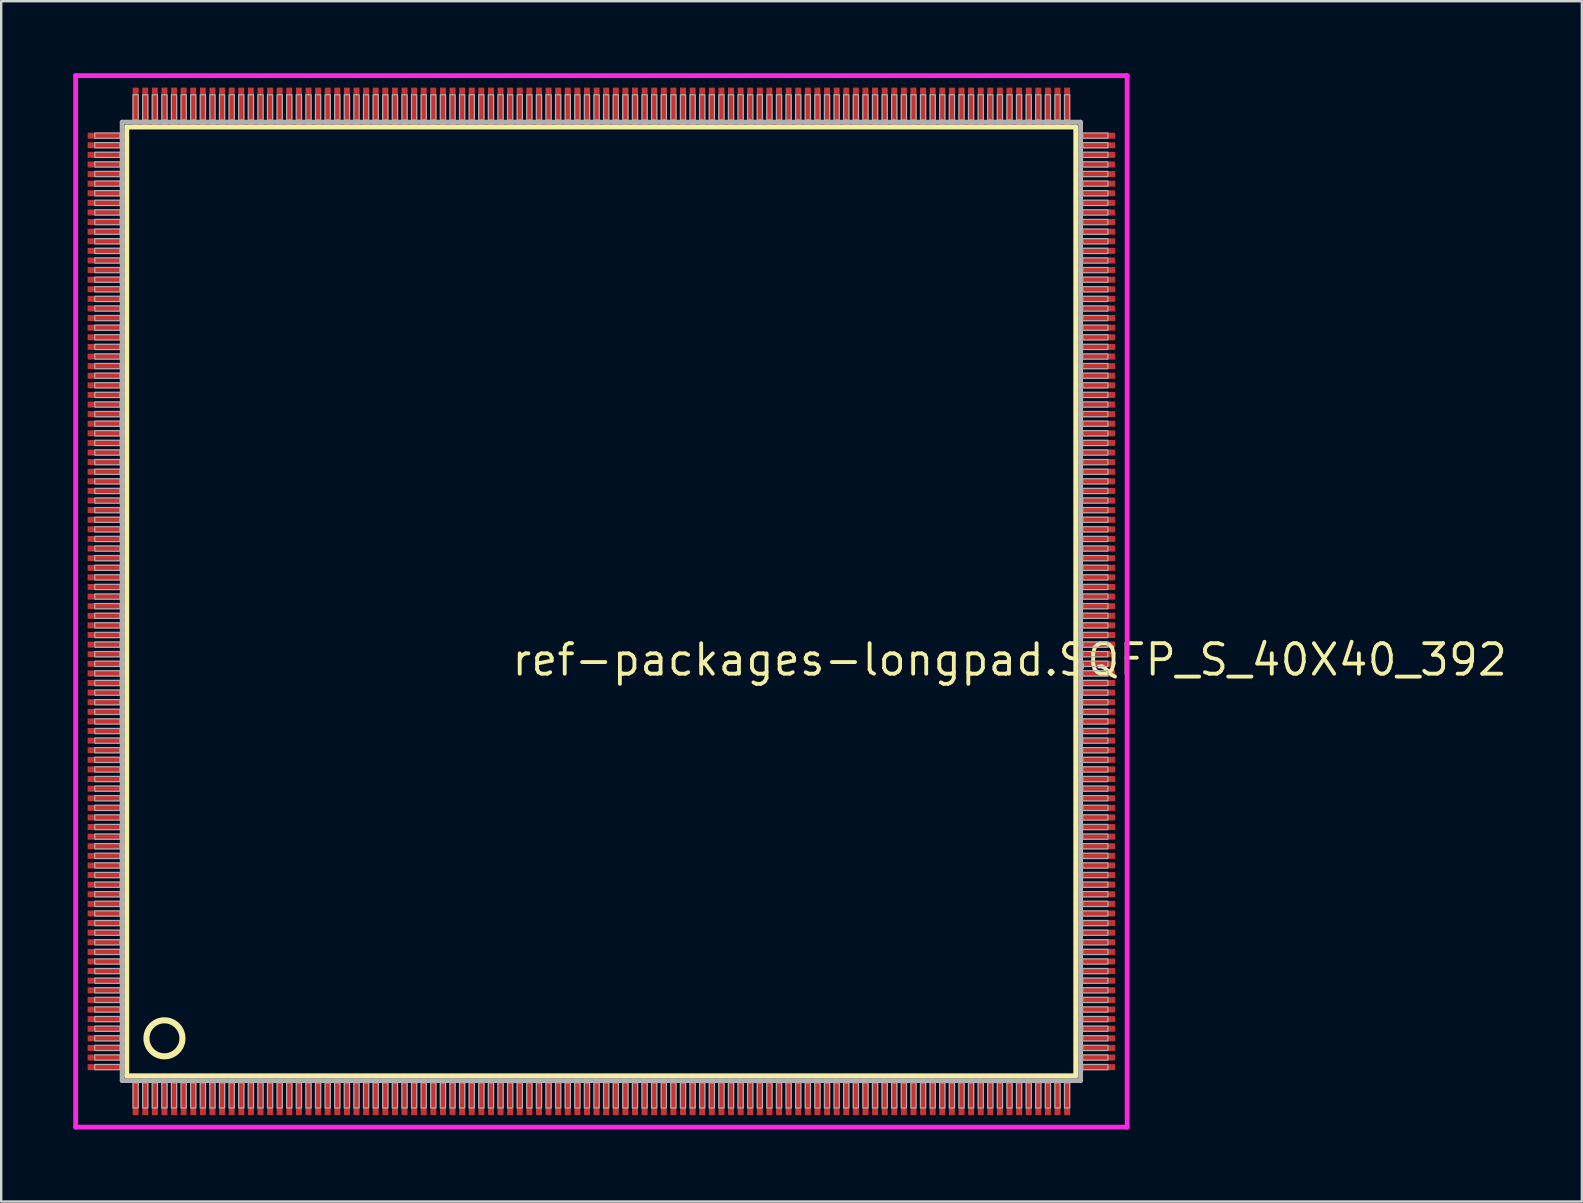
<source format=kicad_pcb>
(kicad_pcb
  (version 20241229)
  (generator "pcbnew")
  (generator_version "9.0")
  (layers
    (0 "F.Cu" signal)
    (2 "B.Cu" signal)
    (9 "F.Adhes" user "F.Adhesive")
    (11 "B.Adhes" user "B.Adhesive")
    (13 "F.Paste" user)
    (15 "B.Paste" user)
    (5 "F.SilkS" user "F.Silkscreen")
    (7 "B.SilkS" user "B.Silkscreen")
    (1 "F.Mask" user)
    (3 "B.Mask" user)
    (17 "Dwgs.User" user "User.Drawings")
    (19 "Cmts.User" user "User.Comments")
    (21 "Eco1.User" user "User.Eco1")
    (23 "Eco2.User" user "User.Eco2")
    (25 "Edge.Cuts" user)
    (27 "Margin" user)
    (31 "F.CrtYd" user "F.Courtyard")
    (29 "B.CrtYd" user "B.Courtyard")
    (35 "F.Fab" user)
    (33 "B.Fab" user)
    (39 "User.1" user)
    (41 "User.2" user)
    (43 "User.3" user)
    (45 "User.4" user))
  (footprint "ref-packages-longpad.SQFP_S_40X40_392"
    (layer "F.Cu")
    (at 22 22)
    (property "Reference" "ref-packages-longpad.SQFP_S_40X40_392" (at -3.81 3.175 0) (layer "F.SilkS") (effects (font (size 1.27 1.27) (thickness 0.16)) (justify left bottom)))
    (attr smd)
    (fp_line (start -19.77 -19.76) (end 19.76 -19.76) (stroke (width 0.203) (type default)) (layer "F.SilkS"))
    (fp_line (start -19.77 19.76) (end -19.77 -19.76) (stroke (width 0.203) (type default)) (layer "F.SilkS"))
    (fp_line (start 19.76 19.76) (end -19.77 19.76) (stroke (width 0.203) (type default)) (layer "F.SilkS"))
    (fp_line (start 19.76 -19.76) (end 19.76 19.76) (stroke (width 0.203) (type default)) (layer "F.SilkS"))
    (fp_circle (center -18.2 18.2) (end -17.45 18.2) (stroke (width 0.254) (type default)) (fill no) (layer "F.SilkS"))
    (fp_line (start -21.9 -21.9) (end 21.9 -21.9) (stroke (width 0.2) (type default)) (layer "F.CrtYd"))
    (fp_line (start -21.9 21.9) (end -21.9 -21.9) (stroke (width 0.2) (type default)) (layer "F.CrtYd"))
    (fp_line (start 21.9 -21.9) (end 21.9 21.9) (stroke (width 0.2) (type default)) (layer "F.CrtYd"))
    (fp_line (start 21.9 21.9) (end -21.9 21.9) (stroke (width 0.2) (type default)) (layer "F.CrtYd"))
    (fp_line (start -19.96 -19.96) (end -19.96 19.96) (stroke (width 0.203) (type default)) (layer "F.Fab"))
    (fp_line (start -19.96 19.96) (end 19.96 19.96) (stroke (width 0.203) (type default)) (layer "F.Fab"))
    (fp_line (start 19.96 -19.96) (end -19.96 -19.96) (stroke (width 0.203) (type default)) (layer "F.Fab"))
    (fp_line (start 19.96 19.96) (end 19.96 -19.96) (stroke (width 0.203) (type default)) (layer "F.Fab"))
    (fp_rect (start -21.1 -19.29) (end -20.05 -19.51) (stroke (width 0.05) (type default)) (fill no) (layer "F.Fab"))
    (fp_rect (start -21.1 -18.89) (end -20.05 -19.11) (stroke (width 0.05) (type default)) (fill no) (layer "F.Fab"))
    (fp_rect (start -21.1 -18.49) (end -20.05 -18.71) (stroke (width 0.05) (type default)) (fill no) (layer "F.Fab"))
    (fp_rect (start -21.1 -18.09) (end -20.05 -18.31) (stroke (width 0.05) (type default)) (fill no) (layer "F.Fab"))
    (fp_rect (start -21.1 -17.69) (end -20.05 -17.91) (stroke (width 0.05) (type default)) (fill no) (layer "F.Fab"))
    (fp_rect (start -21.1 -17.29) (end -20.05 -17.51) (stroke (width 0.05) (type default)) (fill no) (layer "F.Fab"))
    (fp_rect (start -21.1 -16.89) (end -20.05 -17.11) (stroke (width 0.05) (type default)) (fill no) (layer "F.Fab"))
    (fp_rect (start -21.1 -16.49) (end -20.05 -16.71) (stroke (width 0.05) (type default)) (fill no) (layer "F.Fab"))
    (fp_rect (start -21.1 -16.09) (end -20.05 -16.31) (stroke (width 0.05) (type default)) (fill no) (layer "F.Fab"))
    (fp_rect (start -21.1 -15.69) (end -20.05 -15.91) (stroke (width 0.05) (type default)) (fill no) (layer "F.Fab"))
    (fp_rect (start -21.1 -15.29) (end -20.05 -15.51) (stroke (width 0.05) (type default)) (fill no) (layer "F.Fab"))
    (fp_rect (start -21.1 -14.89) (end -20.05 -15.11) (stroke (width 0.05) (type default)) (fill no) (layer "F.Fab"))
    (fp_rect (start -21.1 -14.49) (end -20.05 -14.71) (stroke (width 0.05) (type default)) (fill no) (layer "F.Fab"))
    (fp_rect (start -21.1 -14.09) (end -20.05 -14.31) (stroke (width 0.05) (type default)) (fill no) (layer "F.Fab"))
    (fp_rect (start -21.1 -13.69) (end -20.05 -13.91) (stroke (width 0.05) (type default)) (fill no) (layer "F.Fab"))
    (fp_rect (start -21.1 -13.29) (end -20.05 -13.51) (stroke (width 0.05) (type default)) (fill no) (layer "F.Fab"))
    (fp_rect (start -21.1 -12.89) (end -20.05 -13.11) (stroke (width 0.05) (type default)) (fill no) (layer "F.Fab"))
    (fp_rect (start -21.1 -12.49) (end -20.05 -12.71) (stroke (width 0.05) (type default)) (fill no) (layer "F.Fab"))
    (fp_rect (start -21.1 -12.09) (end -20.05 -12.31) (stroke (width 0.05) (type default)) (fill no) (layer "F.Fab"))
    (fp_rect (start -21.1 -11.69) (end -20.05 -11.91) (stroke (width 0.05) (type default)) (fill no) (layer "F.Fab"))
    (fp_rect (start -21.1 -11.29) (end -20.05 -11.51) (stroke (width 0.05) (type default)) (fill no) (layer "F.Fab"))
    (fp_rect (start -21.1 -10.89) (end -20.05 -11.11) (stroke (width 0.05) (type default)) (fill no) (layer "F.Fab"))
    (fp_rect (start -21.1 -10.49) (end -20.05 -10.71) (stroke (width 0.05) (type default)) (fill no) (layer "F.Fab"))
    (fp_rect (start -21.1 -10.09) (end -20.05 -10.31) (stroke (width 0.05) (type default)) (fill no) (layer "F.Fab"))
    (fp_rect (start -21.1 -9.69) (end -20.05 -9.91) (stroke (width 0.05) (type default)) (fill no) (layer "F.Fab"))
    (fp_rect (start -21.1 -9.29) (end -20.05 -9.51) (stroke (width 0.05) (type default)) (fill no) (layer "F.Fab"))
    (fp_rect (start -21.1 -8.89) (end -20.05 -9.11) (stroke (width 0.05) (type default)) (fill no) (layer "F.Fab"))
    (fp_rect (start -21.1 -8.49) (end -20.05 -8.71) (stroke (width 0.05) (type default)) (fill no) (layer "F.Fab"))
    (fp_rect (start -21.1 -8.09) (end -20.05 -8.31) (stroke (width 0.05) (type default)) (fill no) (layer "F.Fab"))
    (fp_rect (start -21.1 -7.69) (end -20.05 -7.91) (stroke (width 0.05) (type default)) (fill no) (layer "F.Fab"))
    (fp_rect (start -21.1 -7.29) (end -20.05 -7.51) (stroke (width 0.05) (type default)) (fill no) (layer "F.Fab"))
    (fp_rect (start -21.1 -6.89) (end -20.05 -7.11) (stroke (width 0.05) (type default)) (fill no) (layer "F.Fab"))
    (fp_rect (start -21.1 -6.49) (end -20.05 -6.71) (stroke (width 0.05) (type default)) (fill no) (layer "F.Fab"))
    (fp_rect (start -21.1 -6.09) (end -20.05 -6.31) (stroke (width 0.05) (type default)) (fill no) (layer "F.Fab"))
    (fp_rect (start -21.1 -5.69) (end -20.05 -5.91) (stroke (width 0.05) (type default)) (fill no) (layer "F.Fab"))
    (fp_rect (start -21.1 -5.29) (end -20.05 -5.51) (stroke (width 0.05) (type default)) (fill no) (layer "F.Fab"))
    (fp_rect (start -21.1 -4.89) (end -20.05 -5.11) (stroke (width 0.05) (type default)) (fill no) (layer "F.Fab"))
    (fp_rect (start -21.1 -4.49) (end -20.05 -4.71) (stroke (width 0.05) (type default)) (fill no) (layer "F.Fab"))
    (fp_rect (start -21.1 -4.09) (end -20.05 -4.31) (stroke (width 0.05) (type default)) (fill no) (layer "F.Fab"))
    (fp_rect (start -21.1 -3.69) (end -20.05 -3.91) (stroke (width 0.05) (type default)) (fill no) (layer "F.Fab"))
    (fp_rect (start -21.1 -3.29) (end -20.05 -3.51) (stroke (width 0.05) (type default)) (fill no) (layer "F.Fab"))
    (fp_rect (start -21.1 -2.89) (end -20.05 -3.11) (stroke (width 0.05) (type default)) (fill no) (layer "F.Fab"))
    (fp_rect (start -21.1 -2.49) (end -20.05 -2.71) (stroke (width 0.05) (type default)) (fill no) (layer "F.Fab"))
    (fp_rect (start -21.1 -2.09) (end -20.05 -2.31) (stroke (width 0.05) (type default)) (fill no) (layer "F.Fab"))
    (fp_rect (start -21.1 -1.69) (end -20.05 -1.91) (stroke (width 0.05) (type default)) (fill no) (layer "F.Fab"))
    (fp_rect (start -21.1 -1.29) (end -20.05 -1.51) (stroke (width 0.05) (type default)) (fill no) (layer "F.Fab"))
    (fp_rect (start -21.1 -0.89) (end -20.05 -1.11) (stroke (width 0.05) (type default)) (fill no) (layer "F.Fab"))
    (fp_rect (start -21.1 -0.49) (end -20.05 -0.71) (stroke (width 0.05) (type default)) (fill no) (layer "F.Fab"))
    (fp_rect (start -21.1 -0.09) (end -20.05 -0.31) (stroke (width 0.05) (type default)) (fill no) (layer "F.Fab"))
    (fp_rect (start -21.1 0.31) (end -20.05 0.09) (stroke (width 0.05) (type default)) (fill no) (layer "F.Fab"))
    (fp_rect (start -21.1 0.71) (end -20.05 0.49) (stroke (width 0.05) (type default)) (fill no) (layer "F.Fab"))
    (fp_rect (start -21.1 1.11) (end -20.05 0.89) (stroke (width 0.05) (type default)) (fill no) (layer "F.Fab"))
    (fp_rect (start -21.1 1.51) (end -20.05 1.29) (stroke (width 0.05) (type default)) (fill no) (layer "F.Fab"))
    (fp_rect (start -21.1 1.91) (end -20.05 1.69) (stroke (width 0.05) (type default)) (fill no) (layer "F.Fab"))
    (fp_rect (start -21.1 2.31) (end -20.05 2.09) (stroke (width 0.05) (type default)) (fill no) (layer "F.Fab"))
    (fp_rect (start -21.1 2.71) (end -20.05 2.49) (stroke (width 0.05) (type default)) (fill no) (layer "F.Fab"))
    (fp_rect (start -21.1 3.11) (end -20.05 2.89) (stroke (width 0.05) (type default)) (fill no) (layer "F.Fab"))
    (fp_rect (start -21.1 3.51) (end -20.05 3.29) (stroke (width 0.05) (type default)) (fill no) (layer "F.Fab"))
    (fp_rect (start -21.1 3.91) (end -20.05 3.69) (stroke (width 0.05) (type default)) (fill no) (layer "F.Fab"))
    (fp_rect (start -21.1 4.31) (end -20.05 4.09) (stroke (width 0.05) (type default)) (fill no) (layer "F.Fab"))
    (fp_rect (start -21.1 4.71) (end -20.05 4.49) (stroke (width 0.05) (type default)) (fill no) (layer "F.Fab"))
    (fp_rect (start -21.1 5.11) (end -20.05 4.89) (stroke (width 0.05) (type default)) (fill no) (layer "F.Fab"))
    (fp_rect (start -21.1 5.51) (end -20.05 5.29) (stroke (width 0.05) (type default)) (fill no) (layer "F.Fab"))
    (fp_rect (start -21.1 5.91) (end -20.05 5.69) (stroke (width 0.05) (type default)) (fill no) (layer "F.Fab"))
    (fp_rect (start -21.1 6.31) (end -20.05 6.09) (stroke (width 0.05) (type default)) (fill no) (layer "F.Fab"))
    (fp_rect (start -21.1 6.71) (end -20.05 6.49) (stroke (width 0.05) (type default)) (fill no) (layer "F.Fab"))
    (fp_rect (start -21.1 7.11) (end -20.05 6.89) (stroke (width 0.05) (type default)) (fill no) (layer "F.Fab"))
    (fp_rect (start -21.1 7.51) (end -20.05 7.29) (stroke (width 0.05) (type default)) (fill no) (layer "F.Fab"))
    (fp_rect (start -21.1 7.91) (end -20.05 7.69) (stroke (width 0.05) (type default)) (fill no) (layer "F.Fab"))
    (fp_rect (start -21.1 8.31) (end -20.05 8.09) (stroke (width 0.05) (type default)) (fill no) (layer "F.Fab"))
    (fp_rect (start -21.1 8.71) (end -20.05 8.49) (stroke (width 0.05) (type default)) (fill no) (layer "F.Fab"))
    (fp_rect (start -21.1 9.11) (end -20.05 8.89) (stroke (width 0.05) (type default)) (fill no) (layer "F.Fab"))
    (fp_rect (start -21.1 9.51) (end -20.05 9.29) (stroke (width 0.05) (type default)) (fill no) (layer "F.Fab"))
    (fp_rect (start -21.1 9.91) (end -20.05 9.69) (stroke (width 0.05) (type default)) (fill no) (layer "F.Fab"))
    (fp_rect (start -21.1 10.31) (end -20.05 10.09) (stroke (width 0.05) (type default)) (fill no) (layer "F.Fab"))
    (fp_rect (start -21.1 10.71) (end -20.05 10.49) (stroke (width 0.05) (type default)) (fill no) (layer "F.Fab"))
    (fp_rect (start -21.1 11.11) (end -20.05 10.89) (stroke (width 0.05) (type default)) (fill no) (layer "F.Fab"))
    (fp_rect (start -21.1 11.51) (end -20.05 11.29) (stroke (width 0.05) (type default)) (fill no) (layer "F.Fab"))
    (fp_rect (start -21.1 11.91) (end -20.05 11.69) (stroke (width 0.05) (type default)) (fill no) (layer "F.Fab"))
    (fp_rect (start -21.1 12.31) (end -20.05 12.09) (stroke (width 0.05) (type default)) (fill no) (layer "F.Fab"))
    (fp_rect (start -21.1 12.71) (end -20.05 12.49) (stroke (width 0.05) (type default)) (fill no) (layer "F.Fab"))
    (fp_rect (start -21.1 13.11) (end -20.05 12.89) (stroke (width 0.05) (type default)) (fill no) (layer "F.Fab"))
    (fp_rect (start -21.1 13.51) (end -20.05 13.29) (stroke (width 0.05) (type default)) (fill no) (layer "F.Fab"))
    (fp_rect (start -21.1 13.91) (end -20.05 13.69) (stroke (width 0.05) (type default)) (fill no) (layer "F.Fab"))
    (fp_rect (start -21.1 14.31) (end -20.05 14.09) (stroke (width 0.05) (type default)) (fill no) (layer "F.Fab"))
    (fp_rect (start -21.1 14.71) (end -20.05 14.49) (stroke (width 0.05) (type default)) (fill no) (layer "F.Fab"))
    (fp_rect (start -21.1 15.11) (end -20.05 14.89) (stroke (width 0.05) (type default)) (fill no) (layer "F.Fab"))
    (fp_rect (start -21.1 15.51) (end -20.05 15.29) (stroke (width 0.05) (type default)) (fill no) (layer "F.Fab"))
    (fp_rect (start -21.1 15.91) (end -20.05 15.69) (stroke (width 0.05) (type default)) (fill no) (layer "F.Fab"))
    (fp_rect (start -21.1 16.31) (end -20.05 16.09) (stroke (width 0.05) (type default)) (fill no) (layer "F.Fab"))
    (fp_rect (start -21.1 16.71) (end -20.05 16.49) (stroke (width 0.05) (type default)) (fill no) (layer "F.Fab"))
    (fp_rect (start -21.1 17.11) (end -20.05 16.89) (stroke (width 0.05) (type default)) (fill no) (layer "F.Fab"))
    (fp_rect (start -21.1 17.51) (end -20.05 17.29) (stroke (width 0.05) (type default)) (fill no) (layer "F.Fab"))
    (fp_rect (start -21.1 17.91) (end -20.05 17.69) (stroke (width 0.05) (type default)) (fill no) (layer "F.Fab"))
    (fp_rect (start -21.1 18.31) (end -20.05 18.09) (stroke (width 0.05) (type default)) (fill no) (layer "F.Fab"))
    (fp_rect (start -21.1 18.71) (end -20.05 18.49) (stroke (width 0.05) (type default)) (fill no) (layer "F.Fab"))
    (fp_rect (start -21.1 19.11) (end -20.05 18.89) (stroke (width 0.05) (type default)) (fill no) (layer "F.Fab"))
    (fp_rect (start -21.1 19.51) (end -20.05 19.29) (stroke (width 0.05) (type default)) (fill no) (layer "F.Fab"))
    (fp_rect (start -19.51 -20.05) (end -19.29 -21.1) (stroke (width 0.05) (type default)) (fill no) (layer "F.Fab"))
    (fp_rect (start -19.51 21.1) (end -19.29 20.05) (stroke (width 0.05) (type default)) (fill no) (layer "F.Fab"))
    (fp_rect (start -19.11 -20.05) (end -18.89 -21.1) (stroke (width 0.05) (type default)) (fill no) (layer "F.Fab"))
    (fp_rect (start -19.11 21.1) (end -18.89 20.05) (stroke (width 0.05) (type default)) (fill no) (layer "F.Fab"))
    (fp_rect (start -18.71 -20.05) (end -18.49 -21.1) (stroke (width 0.05) (type default)) (fill no) (layer "F.Fab"))
    (fp_rect (start -18.71 21.1) (end -18.49 20.05) (stroke (width 0.05) (type default)) (fill no) (layer "F.Fab"))
    (fp_rect (start -18.31 -20.05) (end -18.09 -21.1) (stroke (width 0.05) (type default)) (fill no) (layer "F.Fab"))
    (fp_rect (start -18.31 21.1) (end -18.09 20.05) (stroke (width 0.05) (type default)) (fill no) (layer "F.Fab"))
    (fp_rect (start -17.91 -20.05) (end -17.69 -21.1) (stroke (width 0.05) (type default)) (fill no) (layer "F.Fab"))
    (fp_rect (start -17.91 21.1) (end -17.69 20.05) (stroke (width 0.05) (type default)) (fill no) (layer "F.Fab"))
    (fp_rect (start -17.51 -20.05) (end -17.29 -21.1) (stroke (width 0.05) (type default)) (fill no) (layer "F.Fab"))
    (fp_rect (start -17.51 21.1) (end -17.29 20.05) (stroke (width 0.05) (type default)) (fill no) (layer "F.Fab"))
    (fp_rect (start -17.11 -20.05) (end -16.89 -21.1) (stroke (width 0.05) (type default)) (fill no) (layer "F.Fab"))
    (fp_rect (start -17.11 21.1) (end -16.89 20.05) (stroke (width 0.05) (type default)) (fill no) (layer "F.Fab"))
    (fp_rect (start -16.71 -20.05) (end -16.49 -21.1) (stroke (width 0.05) (type default)) (fill no) (layer "F.Fab"))
    (fp_rect (start -16.71 21.1) (end -16.49 20.05) (stroke (width 0.05) (type default)) (fill no) (layer "F.Fab"))
    (fp_rect (start -16.31 -20.05) (end -16.09 -21.1) (stroke (width 0.05) (type default)) (fill no) (layer "F.Fab"))
    (fp_rect (start -16.31 21.1) (end -16.09 20.05) (stroke (width 0.05) (type default)) (fill no) (layer "F.Fab"))
    (fp_rect (start -15.91 -20.05) (end -15.69 -21.1) (stroke (width 0.05) (type default)) (fill no) (layer "F.Fab"))
    (fp_rect (start -15.91 21.1) (end -15.69 20.05) (stroke (width 0.05) (type default)) (fill no) (layer "F.Fab"))
    (fp_rect (start -15.51 -20.05) (end -15.29 -21.1) (stroke (width 0.05) (type default)) (fill no) (layer "F.Fab"))
    (fp_rect (start -15.51 21.1) (end -15.29 20.05) (stroke (width 0.05) (type default)) (fill no) (layer "F.Fab"))
    (fp_rect (start -15.11 -20.05) (end -14.89 -21.1) (stroke (width 0.05) (type default)) (fill no) (layer "F.Fab"))
    (fp_rect (start -15.11 21.1) (end -14.89 20.05) (stroke (width 0.05) (type default)) (fill no) (layer "F.Fab"))
    (fp_rect (start -14.71 -20.05) (end -14.49 -21.1) (stroke (width 0.05) (type default)) (fill no) (layer "F.Fab"))
    (fp_rect (start -14.71 21.1) (end -14.49 20.05) (stroke (width 0.05) (type default)) (fill no) (layer "F.Fab"))
    (fp_rect (start -14.31 -20.05) (end -14.09 -21.1) (stroke (width 0.05) (type default)) (fill no) (layer "F.Fab"))
    (fp_rect (start -14.31 21.1) (end -14.09 20.05) (stroke (width 0.05) (type default)) (fill no) (layer "F.Fab"))
    (fp_rect (start -13.91 -20.05) (end -13.69 -21.1) (stroke (width 0.05) (type default)) (fill no) (layer "F.Fab"))
    (fp_rect (start -13.91 21.1) (end -13.69 20.05) (stroke (width 0.05) (type default)) (fill no) (layer "F.Fab"))
    (fp_rect (start -13.51 -20.05) (end -13.29 -21.1) (stroke (width 0.05) (type default)) (fill no) (layer "F.Fab"))
    (fp_rect (start -13.51 21.1) (end -13.29 20.05) (stroke (width 0.05) (type default)) (fill no) (layer "F.Fab"))
    (fp_rect (start -13.11 -20.05) (end -12.89 -21.1) (stroke (width 0.05) (type default)) (fill no) (layer "F.Fab"))
    (fp_rect (start -13.11 21.1) (end -12.89 20.05) (stroke (width 0.05) (type default)) (fill no) (layer "F.Fab"))
    (fp_rect (start -12.71 -20.05) (end -12.49 -21.1) (stroke (width 0.05) (type default)) (fill no) (layer "F.Fab"))
    (fp_rect (start -12.71 21.1) (end -12.49 20.05) (stroke (width 0.05) (type default)) (fill no) (layer "F.Fab"))
    (fp_rect (start -12.31 -20.05) (end -12.09 -21.1) (stroke (width 0.05) (type default)) (fill no) (layer "F.Fab"))
    (fp_rect (start -12.31 21.1) (end -12.09 20.05) (stroke (width 0.05) (type default)) (fill no) (layer "F.Fab"))
    (fp_rect (start -11.91 -20.05) (end -11.69 -21.1) (stroke (width 0.05) (type default)) (fill no) (layer "F.Fab"))
    (fp_rect (start -11.91 21.1) (end -11.69 20.05) (stroke (width 0.05) (type default)) (fill no) (layer "F.Fab"))
    (fp_rect (start -11.51 -20.05) (end -11.29 -21.1) (stroke (width 0.05) (type default)) (fill no) (layer "F.Fab"))
    (fp_rect (start -11.51 21.1) (end -11.29 20.05) (stroke (width 0.05) (type default)) (fill no) (layer "F.Fab"))
    (fp_rect (start -11.11 -20.05) (end -10.89 -21.1) (stroke (width 0.05) (type default)) (fill no) (layer "F.Fab"))
    (fp_rect (start -11.11 21.1) (end -10.89 20.05) (stroke (width 0.05) (type default)) (fill no) (layer "F.Fab"))
    (fp_rect (start -10.71 -20.05) (end -10.49 -21.1) (stroke (width 0.05) (type default)) (fill no) (layer "F.Fab"))
    (fp_rect (start -10.71 21.1) (end -10.49 20.05) (stroke (width 0.05) (type default)) (fill no) (layer "F.Fab"))
    (fp_rect (start -10.31 -20.05) (end -10.09 -21.1) (stroke (width 0.05) (type default)) (fill no) (layer "F.Fab"))
    (fp_rect (start -10.31 21.1) (end -10.09 20.05) (stroke (width 0.05) (type default)) (fill no) (layer "F.Fab"))
    (fp_rect (start -9.91 -20.05) (end -9.69 -21.1) (stroke (width 0.05) (type default)) (fill no) (layer "F.Fab"))
    (fp_rect (start -9.91 21.1) (end -9.69 20.05) (stroke (width 0.05) (type default)) (fill no) (layer "F.Fab"))
    (fp_rect (start -9.51 -20.05) (end -9.29 -21.1) (stroke (width 0.05) (type default)) (fill no) (layer "F.Fab"))
    (fp_rect (start -9.51 21.1) (end -9.29 20.05) (stroke (width 0.05) (type default)) (fill no) (layer "F.Fab"))
    (fp_rect (start -9.11 -20.05) (end -8.89 -21.1) (stroke (width 0.05) (type default)) (fill no) (layer "F.Fab"))
    (fp_rect (start -9.11 21.1) (end -8.89 20.05) (stroke (width 0.05) (type default)) (fill no) (layer "F.Fab"))
    (fp_rect (start -8.71 -20.05) (end -8.49 -21.1) (stroke (width 0.05) (type default)) (fill no) (layer "F.Fab"))
    (fp_rect (start -8.71 21.1) (end -8.49 20.05) (stroke (width 0.05) (type default)) (fill no) (layer "F.Fab"))
    (fp_rect (start -8.31 -20.05) (end -8.09 -21.1) (stroke (width 0.05) (type default)) (fill no) (layer "F.Fab"))
    (fp_rect (start -8.31 21.1) (end -8.09 20.05) (stroke (width 0.05) (type default)) (fill no) (layer "F.Fab"))
    (fp_rect (start -7.91 -20.05) (end -7.69 -21.1) (stroke (width 0.05) (type default)) (fill no) (layer "F.Fab"))
    (fp_rect (start -7.91 21.1) (end -7.69 20.05) (stroke (width 0.05) (type default)) (fill no) (layer "F.Fab"))
    (fp_rect (start -7.51 -20.05) (end -7.29 -21.1) (stroke (width 0.05) (type default)) (fill no) (layer "F.Fab"))
    (fp_rect (start -7.51 21.1) (end -7.29 20.05) (stroke (width 0.05) (type default)) (fill no) (layer "F.Fab"))
    (fp_rect (start -7.11 -20.05) (end -6.89 -21.1) (stroke (width 0.05) (type default)) (fill no) (layer "F.Fab"))
    (fp_rect (start -7.11 21.1) (end -6.89 20.05) (stroke (width 0.05) (type default)) (fill no) (layer "F.Fab"))
    (fp_rect (start -6.71 -20.05) (end -6.49 -21.1) (stroke (width 0.05) (type default)) (fill no) (layer "F.Fab"))
    (fp_rect (start -6.71 21.1) (end -6.49 20.05) (stroke (width 0.05) (type default)) (fill no) (layer "F.Fab"))
    (fp_rect (start -6.31 -20.05) (end -6.09 -21.1) (stroke (width 0.05) (type default)) (fill no) (layer "F.Fab"))
    (fp_rect (start -6.31 21.1) (end -6.09 20.05) (stroke (width 0.05) (type default)) (fill no) (layer "F.Fab"))
    (fp_rect (start -5.91 -20.05) (end -5.69 -21.1) (stroke (width 0.05) (type default)) (fill no) (layer "F.Fab"))
    (fp_rect (start -5.91 21.1) (end -5.69 20.05) (stroke (width 0.05) (type default)) (fill no) (layer "F.Fab"))
    (fp_rect (start -5.51 -20.05) (end -5.29 -21.1) (stroke (width 0.05) (type default)) (fill no) (layer "F.Fab"))
    (fp_rect (start -5.51 21.1) (end -5.29 20.05) (stroke (width 0.05) (type default)) (fill no) (layer "F.Fab"))
    (fp_rect (start -5.11 -20.05) (end -4.89 -21.1) (stroke (width 0.05) (type default)) (fill no) (layer "F.Fab"))
    (fp_rect (start -5.11 21.1) (end -4.89 20.05) (stroke (width 0.05) (type default)) (fill no) (layer "F.Fab"))
    (fp_rect (start -4.71 -20.05) (end -4.49 -21.1) (stroke (width 0.05) (type default)) (fill no) (layer "F.Fab"))
    (fp_rect (start -4.71 21.1) (end -4.49 20.05) (stroke (width 0.05) (type default)) (fill no) (layer "F.Fab"))
    (fp_rect (start -4.31 -20.05) (end -4.09 -21.1) (stroke (width 0.05) (type default)) (fill no) (layer "F.Fab"))
    (fp_rect (start -4.31 21.1) (end -4.09 20.05) (stroke (width 0.05) (type default)) (fill no) (layer "F.Fab"))
    (fp_rect (start -3.91 -20.05) (end -3.69 -21.1) (stroke (width 0.05) (type default)) (fill no) (layer "F.Fab"))
    (fp_rect (start -3.91 21.1) (end -3.69 20.05) (stroke (width 0.05) (type default)) (fill no) (layer "F.Fab"))
    (fp_rect (start -3.51 -20.05) (end -3.29 -21.1) (stroke (width 0.05) (type default)) (fill no) (layer "F.Fab"))
    (fp_rect (start -3.51 21.1) (end -3.29 20.05) (stroke (width 0.05) (type default)) (fill no) (layer "F.Fab"))
    (fp_rect (start -3.11 -20.05) (end -2.89 -21.1) (stroke (width 0.05) (type default)) (fill no) (layer "F.Fab"))
    (fp_rect (start -3.11 21.1) (end -2.89 20.05) (stroke (width 0.05) (type default)) (fill no) (layer "F.Fab"))
    (fp_rect (start -2.71 -20.05) (end -2.49 -21.1) (stroke (width 0.05) (type default)) (fill no) (layer "F.Fab"))
    (fp_rect (start -2.71 21.1) (end -2.49 20.05) (stroke (width 0.05) (type default)) (fill no) (layer "F.Fab"))
    (fp_rect (start -2.31 -20.05) (end -2.09 -21.1) (stroke (width 0.05) (type default)) (fill no) (layer "F.Fab"))
    (fp_rect (start -2.31 21.1) (end -2.09 20.05) (stroke (width 0.05) (type default)) (fill no) (layer "F.Fab"))
    (fp_rect (start -1.91 -20.05) (end -1.69 -21.1) (stroke (width 0.05) (type default)) (fill no) (layer "F.Fab"))
    (fp_rect (start -1.91 21.1) (end -1.69 20.05) (stroke (width 0.05) (type default)) (fill no) (layer "F.Fab"))
    (fp_rect (start -1.51 -20.05) (end -1.29 -21.1) (stroke (width 0.05) (type default)) (fill no) (layer "F.Fab"))
    (fp_rect (start -1.51 21.1) (end -1.29 20.05) (stroke (width 0.05) (type default)) (fill no) (layer "F.Fab"))
    (fp_rect (start -1.11 -20.05) (end -0.89 -21.1) (stroke (width 0.05) (type default)) (fill no) (layer "F.Fab"))
    (fp_rect (start -1.11 21.1) (end -0.89 20.05) (stroke (width 0.05) (type default)) (fill no) (layer "F.Fab"))
    (fp_rect (start -0.71 -20.05) (end -0.49 -21.1) (stroke (width 0.05) (type default)) (fill no) (layer "F.Fab"))
    (fp_rect (start -0.71 21.1) (end -0.49 20.05) (stroke (width 0.05) (type default)) (fill no) (layer "F.Fab"))
    (fp_rect (start -0.31 -20.05) (end -0.09 -21.1) (stroke (width 0.05) (type default)) (fill no) (layer "F.Fab"))
    (fp_rect (start -0.31 21.1) (end -0.09 20.05) (stroke (width 0.05) (type default)) (fill no) (layer "F.Fab"))
    (fp_rect (start 0.09 -20.05) (end 0.31 -21.1) (stroke (width 0.05) (type default)) (fill no) (layer "F.Fab"))
    (fp_rect (start 0.09 21.1) (end 0.31 20.05) (stroke (width 0.05) (type default)) (fill no) (layer "F.Fab"))
    (fp_rect (start 0.49 -20.05) (end 0.71 -21.1) (stroke (width 0.05) (type default)) (fill no) (layer "F.Fab"))
    (fp_rect (start 0.49 21.1) (end 0.71 20.05) (stroke (width 0.05) (type default)) (fill no) (layer "F.Fab"))
    (fp_rect (start 0.89 -20.05) (end 1.11 -21.1) (stroke (width 0.05) (type default)) (fill no) (layer "F.Fab"))
    (fp_rect (start 0.89 21.1) (end 1.11 20.05) (stroke (width 0.05) (type default)) (fill no) (layer "F.Fab"))
    (fp_rect (start 1.29 -20.05) (end 1.51 -21.1) (stroke (width 0.05) (type default)) (fill no) (layer "F.Fab"))
    (fp_rect (start 1.29 21.1) (end 1.51 20.05) (stroke (width 0.05) (type default)) (fill no) (layer "F.Fab"))
    (fp_rect (start 1.69 -20.05) (end 1.91 -21.1) (stroke (width 0.05) (type default)) (fill no) (layer "F.Fab"))
    (fp_rect (start 1.69 21.1) (end 1.91 20.05) (stroke (width 0.05) (type default)) (fill no) (layer "F.Fab"))
    (fp_rect (start 2.09 -20.05) (end 2.31 -21.1) (stroke (width 0.05) (type default)) (fill no) (layer "F.Fab"))
    (fp_rect (start 2.09 21.1) (end 2.31 20.05) (stroke (width 0.05) (type default)) (fill no) (layer "F.Fab"))
    (fp_rect (start 2.49 -20.05) (end 2.71 -21.1) (stroke (width 0.05) (type default)) (fill no) (layer "F.Fab"))
    (fp_rect (start 2.49 21.1) (end 2.71 20.05) (stroke (width 0.05) (type default)) (fill no) (layer "F.Fab"))
    (fp_rect (start 2.89 -20.05) (end 3.11 -21.1) (stroke (width 0.05) (type default)) (fill no) (layer "F.Fab"))
    (fp_rect (start 2.89 21.1) (end 3.11 20.05) (stroke (width 0.05) (type default)) (fill no) (layer "F.Fab"))
    (fp_rect (start 3.29 -20.05) (end 3.51 -21.1) (stroke (width 0.05) (type default)) (fill no) (layer "F.Fab"))
    (fp_rect (start 3.29 21.1) (end 3.51 20.05) (stroke (width 0.05) (type default)) (fill no) (layer "F.Fab"))
    (fp_rect (start 3.69 -20.05) (end 3.91 -21.1) (stroke (width 0.05) (type default)) (fill no) (layer "F.Fab"))
    (fp_rect (start 3.69 21.1) (end 3.91 20.05) (stroke (width 0.05) (type default)) (fill no) (layer "F.Fab"))
    (fp_rect (start 4.09 -20.05) (end 4.31 -21.1) (stroke (width 0.05) (type default)) (fill no) (layer "F.Fab"))
    (fp_rect (start 4.09 21.1) (end 4.31 20.05) (stroke (width 0.05) (type default)) (fill no) (layer "F.Fab"))
    (fp_rect (start 4.49 -20.05) (end 4.71 -21.1) (stroke (width 0.05) (type default)) (fill no) (layer "F.Fab"))
    (fp_rect (start 4.49 21.1) (end 4.71 20.05) (stroke (width 0.05) (type default)) (fill no) (layer "F.Fab"))
    (fp_rect (start 4.89 -20.05) (end 5.11 -21.1) (stroke (width 0.05) (type default)) (fill no) (layer "F.Fab"))
    (fp_rect (start 4.89 21.1) (end 5.11 20.05) (stroke (width 0.05) (type default)) (fill no) (layer "F.Fab"))
    (fp_rect (start 5.29 -20.05) (end 5.51 -21.1) (stroke (width 0.05) (type default)) (fill no) (layer "F.Fab"))
    (fp_rect (start 5.29 21.1) (end 5.51 20.05) (stroke (width 0.05) (type default)) (fill no) (layer "F.Fab"))
    (fp_rect (start 5.69 -20.05) (end 5.91 -21.1) (stroke (width 0.05) (type default)) (fill no) (layer "F.Fab"))
    (fp_rect (start 5.69 21.1) (end 5.91 20.05) (stroke (width 0.05) (type default)) (fill no) (layer "F.Fab"))
    (fp_rect (start 6.09 -20.05) (end 6.31 -21.1) (stroke (width 0.05) (type default)) (fill no) (layer "F.Fab"))
    (fp_rect (start 6.09 21.1) (end 6.31 20.05) (stroke (width 0.05) (type default)) (fill no) (layer "F.Fab"))
    (fp_rect (start 6.49 -20.05) (end 6.71 -21.1) (stroke (width 0.05) (type default)) (fill no) (layer "F.Fab"))
    (fp_rect (start 6.49 21.1) (end 6.71 20.05) (stroke (width 0.05) (type default)) (fill no) (layer "F.Fab"))
    (fp_rect (start 6.89 -20.05) (end 7.11 -21.1) (stroke (width 0.05) (type default)) (fill no) (layer "F.Fab"))
    (fp_rect (start 6.89 21.1) (end 7.11 20.05) (stroke (width 0.05) (type default)) (fill no) (layer "F.Fab"))
    (fp_rect (start 7.29 -20.05) (end 7.51 -21.1) (stroke (width 0.05) (type default)) (fill no) (layer "F.Fab"))
    (fp_rect (start 7.29 21.1) (end 7.51 20.05) (stroke (width 0.05) (type default)) (fill no) (layer "F.Fab"))
    (fp_rect (start 7.69 -20.05) (end 7.91 -21.1) (stroke (width 0.05) (type default)) (fill no) (layer "F.Fab"))
    (fp_rect (start 7.69 21.1) (end 7.91 20.05) (stroke (width 0.05) (type default)) (fill no) (layer "F.Fab"))
    (fp_rect (start 8.09 -20.05) (end 8.31 -21.1) (stroke (width 0.05) (type default)) (fill no) (layer "F.Fab"))
    (fp_rect (start 8.09 21.1) (end 8.31 20.05) (stroke (width 0.05) (type default)) (fill no) (layer "F.Fab"))
    (fp_rect (start 8.49 -20.05) (end 8.71 -21.1) (stroke (width 0.05) (type default)) (fill no) (layer "F.Fab"))
    (fp_rect (start 8.49 21.1) (end 8.71 20.05) (stroke (width 0.05) (type default)) (fill no) (layer "F.Fab"))
    (fp_rect (start 8.89 -20.05) (end 9.11 -21.1) (stroke (width 0.05) (type default)) (fill no) (layer "F.Fab"))
    (fp_rect (start 8.89 21.1) (end 9.11 20.05) (stroke (width 0.05) (type default)) (fill no) (layer "F.Fab"))
    (fp_rect (start 9.29 -20.05) (end 9.51 -21.1) (stroke (width 0.05) (type default)) (fill no) (layer "F.Fab"))
    (fp_rect (start 9.29 21.1) (end 9.51 20.05) (stroke (width 0.05) (type default)) (fill no) (layer "F.Fab"))
    (fp_rect (start 9.69 -20.05) (end 9.91 -21.1) (stroke (width 0.05) (type default)) (fill no) (layer "F.Fab"))
    (fp_rect (start 9.69 21.1) (end 9.91 20.05) (stroke (width 0.05) (type default)) (fill no) (layer "F.Fab"))
    (fp_rect (start 10.09 -20.05) (end 10.31 -21.1) (stroke (width 0.05) (type default)) (fill no) (layer "F.Fab"))
    (fp_rect (start 10.09 21.1) (end 10.31 20.05) (stroke (width 0.05) (type default)) (fill no) (layer "F.Fab"))
    (fp_rect (start 10.49 -20.05) (end 10.71 -21.1) (stroke (width 0.05) (type default)) (fill no) (layer "F.Fab"))
    (fp_rect (start 10.49 21.1) (end 10.71 20.05) (stroke (width 0.05) (type default)) (fill no) (layer "F.Fab"))
    (fp_rect (start 10.89 -20.05) (end 11.11 -21.1) (stroke (width 0.05) (type default)) (fill no) (layer "F.Fab"))
    (fp_rect (start 10.89 21.1) (end 11.11 20.05) (stroke (width 0.05) (type default)) (fill no) (layer "F.Fab"))
    (fp_rect (start 11.29 -20.05) (end 11.51 -21.1) (stroke (width 0.05) (type default)) (fill no) (layer "F.Fab"))
    (fp_rect (start 11.29 21.1) (end 11.51 20.05) (stroke (width 0.05) (type default)) (fill no) (layer "F.Fab"))
    (fp_rect (start 11.69 -20.05) (end 11.91 -21.1) (stroke (width 0.05) (type default)) (fill no) (layer "F.Fab"))
    (fp_rect (start 11.69 21.1) (end 11.91 20.05) (stroke (width 0.05) (type default)) (fill no) (layer "F.Fab"))
    (fp_rect (start 12.09 -20.05) (end 12.31 -21.1) (stroke (width 0.05) (type default)) (fill no) (layer "F.Fab"))
    (fp_rect (start 12.09 21.1) (end 12.31 20.05) (stroke (width 0.05) (type default)) (fill no) (layer "F.Fab"))
    (fp_rect (start 12.49 -20.05) (end 12.71 -21.1) (stroke (width 0.05) (type default)) (fill no) (layer "F.Fab"))
    (fp_rect (start 12.49 21.1) (end 12.71 20.05) (stroke (width 0.05) (type default)) (fill no) (layer "F.Fab"))
    (fp_rect (start 12.89 -20.05) (end 13.11 -21.1) (stroke (width 0.05) (type default)) (fill no) (layer "F.Fab"))
    (fp_rect (start 12.89 21.1) (end 13.11 20.05) (stroke (width 0.05) (type default)) (fill no) (layer "F.Fab"))
    (fp_rect (start 13.29 -20.05) (end 13.51 -21.1) (stroke (width 0.05) (type default)) (fill no) (layer "F.Fab"))
    (fp_rect (start 13.29 21.1) (end 13.51 20.05) (stroke (width 0.05) (type default)) (fill no) (layer "F.Fab"))
    (fp_rect (start 13.69 -20.05) (end 13.91 -21.1) (stroke (width 0.05) (type default)) (fill no) (layer "F.Fab"))
    (fp_rect (start 13.69 21.1) (end 13.91 20.05) (stroke (width 0.05) (type default)) (fill no) (layer "F.Fab"))
    (fp_rect (start 14.09 -20.05) (end 14.31 -21.1) (stroke (width 0.05) (type default)) (fill no) (layer "F.Fab"))
    (fp_rect (start 14.09 21.1) (end 14.31 20.05) (stroke (width 0.05) (type default)) (fill no) (layer "F.Fab"))
    (fp_rect (start 14.49 -20.05) (end 14.71 -21.1) (stroke (width 0.05) (type default)) (fill no) (layer "F.Fab"))
    (fp_rect (start 14.49 21.1) (end 14.71 20.05) (stroke (width 0.05) (type default)) (fill no) (layer "F.Fab"))
    (fp_rect (start 14.89 -20.05) (end 15.11 -21.1) (stroke (width 0.05) (type default)) (fill no) (layer "F.Fab"))
    (fp_rect (start 14.89 21.1) (end 15.11 20.05) (stroke (width 0.05) (type default)) (fill no) (layer "F.Fab"))
    (fp_rect (start 15.29 -20.05) (end 15.51 -21.1) (stroke (width 0.05) (type default)) (fill no) (layer "F.Fab"))
    (fp_rect (start 15.29 21.1) (end 15.51 20.05) (stroke (width 0.05) (type default)) (fill no) (layer "F.Fab"))
    (fp_rect (start 15.69 -20.05) (end 15.91 -21.1) (stroke (width 0.05) (type default)) (fill no) (layer "F.Fab"))
    (fp_rect (start 15.69 21.1) (end 15.91 20.05) (stroke (width 0.05) (type default)) (fill no) (layer "F.Fab"))
    (fp_rect (start 16.09 -20.05) (end 16.31 -21.1) (stroke (width 0.05) (type default)) (fill no) (layer "F.Fab"))
    (fp_rect (start 16.09 21.1) (end 16.31 20.05) (stroke (width 0.05) (type default)) (fill no) (layer "F.Fab"))
    (fp_rect (start 16.49 -20.05) (end 16.71 -21.1) (stroke (width 0.05) (type default)) (fill no) (layer "F.Fab"))
    (fp_rect (start 16.49 21.1) (end 16.71 20.05) (stroke (width 0.05) (type default)) (fill no) (layer "F.Fab"))
    (fp_rect (start 16.89 -20.05) (end 17.11 -21.1) (stroke (width 0.05) (type default)) (fill no) (layer "F.Fab"))
    (fp_rect (start 16.89 21.1) (end 17.11 20.05) (stroke (width 0.05) (type default)) (fill no) (layer "F.Fab"))
    (fp_rect (start 17.29 -20.05) (end 17.51 -21.1) (stroke (width 0.05) (type default)) (fill no) (layer "F.Fab"))
    (fp_rect (start 17.29 21.1) (end 17.51 20.05) (stroke (width 0.05) (type default)) (fill no) (layer "F.Fab"))
    (fp_rect (start 17.69 -20.05) (end 17.91 -21.1) (stroke (width 0.05) (type default)) (fill no) (layer "F.Fab"))
    (fp_rect (start 17.69 21.1) (end 17.91 20.05) (stroke (width 0.05) (type default)) (fill no) (layer "F.Fab"))
    (fp_rect (start 18.09 -20.05) (end 18.31 -21.1) (stroke (width 0.05) (type default)) (fill no) (layer "F.Fab"))
    (fp_rect (start 18.09 21.1) (end 18.31 20.05) (stroke (width 0.05) (type default)) (fill no) (layer "F.Fab"))
    (fp_rect (start 18.49 -20.05) (end 18.71 -21.1) (stroke (width 0.05) (type default)) (fill no) (layer "F.Fab"))
    (fp_rect (start 18.49 21.1) (end 18.71 20.05) (stroke (width 0.05) (type default)) (fill no) (layer "F.Fab"))
    (fp_rect (start 18.89 -20.05) (end 19.11 -21.1) (stroke (width 0.05) (type default)) (fill no) (layer "F.Fab"))
    (fp_rect (start 18.89 21.1) (end 19.11 20.05) (stroke (width 0.05) (type default)) (fill no) (layer "F.Fab"))
    (fp_rect (start 19.29 -20.05) (end 19.51 -21.1) (stroke (width 0.05) (type default)) (fill no) (layer "F.Fab"))
    (fp_rect (start 19.29 21.1) (end 19.51 20.05) (stroke (width 0.05) (type default)) (fill no) (layer "F.Fab"))
    (fp_rect (start 20.05 -19.29) (end 21.1 -19.51) (stroke (width 0.05) (type default)) (fill no) (layer "F.Fab"))
    (fp_rect (start 20.05 -18.89) (end 21.1 -19.11) (stroke (width 0.05) (type default)) (fill no) (layer "F.Fab"))
    (fp_rect (start 20.05 -18.49) (end 21.1 -18.71) (stroke (width 0.05) (type default)) (fill no) (layer "F.Fab"))
    (fp_rect (start 20.05 -18.09) (end 21.1 -18.31) (stroke (width 0.05) (type default)) (fill no) (layer "F.Fab"))
    (fp_rect (start 20.05 -17.69) (end 21.1 -17.91) (stroke (width 0.05) (type default)) (fill no) (layer "F.Fab"))
    (fp_rect (start 20.05 -17.29) (end 21.1 -17.51) (stroke (width 0.05) (type default)) (fill no) (layer "F.Fab"))
    (fp_rect (start 20.05 -16.89) (end 21.1 -17.11) (stroke (width 0.05) (type default)) (fill no) (layer "F.Fab"))
    (fp_rect (start 20.05 -16.49) (end 21.1 -16.71) (stroke (width 0.05) (type default)) (fill no) (layer "F.Fab"))
    (fp_rect (start 20.05 -16.09) (end 21.1 -16.31) (stroke (width 0.05) (type default)) (fill no) (layer "F.Fab"))
    (fp_rect (start 20.05 -15.69) (end 21.1 -15.91) (stroke (width 0.05) (type default)) (fill no) (layer "F.Fab"))
    (fp_rect (start 20.05 -15.29) (end 21.1 -15.51) (stroke (width 0.05) (type default)) (fill no) (layer "F.Fab"))
    (fp_rect (start 20.05 -14.89) (end 21.1 -15.11) (stroke (width 0.05) (type default)) (fill no) (layer "F.Fab"))
    (fp_rect (start 20.05 -14.49) (end 21.1 -14.71) (stroke (width 0.05) (type default)) (fill no) (layer "F.Fab"))
    (fp_rect (start 20.05 -14.09) (end 21.1 -14.31) (stroke (width 0.05) (type default)) (fill no) (layer "F.Fab"))
    (fp_rect (start 20.05 -13.69) (end 21.1 -13.91) (stroke (width 0.05) (type default)) (fill no) (layer "F.Fab"))
    (fp_rect (start 20.05 -13.29) (end 21.1 -13.51) (stroke (width 0.05) (type default)) (fill no) (layer "F.Fab"))
    (fp_rect (start 20.05 -12.89) (end 21.1 -13.11) (stroke (width 0.05) (type default)) (fill no) (layer "F.Fab"))
    (fp_rect (start 20.05 -12.49) (end 21.1 -12.71) (stroke (width 0.05) (type default)) (fill no) (layer "F.Fab"))
    (fp_rect (start 20.05 -12.09) (end 21.1 -12.31) (stroke (width 0.05) (type default)) (fill no) (layer "F.Fab"))
    (fp_rect (start 20.05 -11.69) (end 21.1 -11.91) (stroke (width 0.05) (type default)) (fill no) (layer "F.Fab"))
    (fp_rect (start 20.05 -11.29) (end 21.1 -11.51) (stroke (width 0.05) (type default)) (fill no) (layer "F.Fab"))
    (fp_rect (start 20.05 -10.89) (end 21.1 -11.11) (stroke (width 0.05) (type default)) (fill no) (layer "F.Fab"))
    (fp_rect (start 20.05 -10.49) (end 21.1 -10.71) (stroke (width 0.05) (type default)) (fill no) (layer "F.Fab"))
    (fp_rect (start 20.05 -10.09) (end 21.1 -10.31) (stroke (width 0.05) (type default)) (fill no) (layer "F.Fab"))
    (fp_rect (start 20.05 -9.69) (end 21.1 -9.91) (stroke (width 0.05) (type default)) (fill no) (layer "F.Fab"))
    (fp_rect (start 20.05 -9.29) (end 21.1 -9.51) (stroke (width 0.05) (type default)) (fill no) (layer "F.Fab"))
    (fp_rect (start 20.05 -8.89) (end 21.1 -9.11) (stroke (width 0.05) (type default)) (fill no) (layer "F.Fab"))
    (fp_rect (start 20.05 -8.49) (end 21.1 -8.71) (stroke (width 0.05) (type default)) (fill no) (layer "F.Fab"))
    (fp_rect (start 20.05 -8.09) (end 21.1 -8.31) (stroke (width 0.05) (type default)) (fill no) (layer "F.Fab"))
    (fp_rect (start 20.05 -7.69) (end 21.1 -7.91) (stroke (width 0.05) (type default)) (fill no) (layer "F.Fab"))
    (fp_rect (start 20.05 -7.29) (end 21.1 -7.51) (stroke (width 0.05) (type default)) (fill no) (layer "F.Fab"))
    (fp_rect (start 20.05 -6.89) (end 21.1 -7.11) (stroke (width 0.05) (type default)) (fill no) (layer "F.Fab"))
    (fp_rect (start 20.05 -6.49) (end 21.1 -6.71) (stroke (width 0.05) (type default)) (fill no) (layer "F.Fab"))
    (fp_rect (start 20.05 -6.09) (end 21.1 -6.31) (stroke (width 0.05) (type default)) (fill no) (layer "F.Fab"))
    (fp_rect (start 20.05 -5.69) (end 21.1 -5.91) (stroke (width 0.05) (type default)) (fill no) (layer "F.Fab"))
    (fp_rect (start 20.05 -5.29) (end 21.1 -5.51) (stroke (width 0.05) (type default)) (fill no) (layer "F.Fab"))
    (fp_rect (start 20.05 -4.89) (end 21.1 -5.11) (stroke (width 0.05) (type default)) (fill no) (layer "F.Fab"))
    (fp_rect (start 20.05 -4.49) (end 21.1 -4.71) (stroke (width 0.05) (type default)) (fill no) (layer "F.Fab"))
    (fp_rect (start 20.05 -4.09) (end 21.1 -4.31) (stroke (width 0.05) (type default)) (fill no) (layer "F.Fab"))
    (fp_rect (start 20.05 -3.69) (end 21.1 -3.91) (stroke (width 0.05) (type default)) (fill no) (layer "F.Fab"))
    (fp_rect (start 20.05 -3.29) (end 21.1 -3.51) (stroke (width 0.05) (type default)) (fill no) (layer "F.Fab"))
    (fp_rect (start 20.05 -2.89) (end 21.1 -3.11) (stroke (width 0.05) (type default)) (fill no) (layer "F.Fab"))
    (fp_rect (start 20.05 -2.49) (end 21.1 -2.71) (stroke (width 0.05) (type default)) (fill no) (layer "F.Fab"))
    (fp_rect (start 20.05 -2.09) (end 21.1 -2.31) (stroke (width 0.05) (type default)) (fill no) (layer "F.Fab"))
    (fp_rect (start 20.05 -1.69) (end 21.1 -1.91) (stroke (width 0.05) (type default)) (fill no) (layer "F.Fab"))
    (fp_rect (start 20.05 -1.29) (end 21.1 -1.51) (stroke (width 0.05) (type default)) (fill no) (layer "F.Fab"))
    (fp_rect (start 20.05 -0.89) (end 21.1 -1.11) (stroke (width 0.05) (type default)) (fill no) (layer "F.Fab"))
    (fp_rect (start 20.05 -0.49) (end 21.1 -0.71) (stroke (width 0.05) (type default)) (fill no) (layer "F.Fab"))
    (fp_rect (start 20.05 -0.09) (end 21.1 -0.31) (stroke (width 0.05) (type default)) (fill no) (layer "F.Fab"))
    (fp_rect (start 20.05 0.31) (end 21.1 0.09) (stroke (width 0.05) (type default)) (fill no) (layer "F.Fab"))
    (fp_rect (start 20.05 0.71) (end 21.1 0.49) (stroke (width 0.05) (type default)) (fill no) (layer "F.Fab"))
    (fp_rect (start 20.05 1.11) (end 21.1 0.89) (stroke (width 0.05) (type default)) (fill no) (layer "F.Fab"))
    (fp_rect (start 20.05 1.51) (end 21.1 1.29) (stroke (width 0.05) (type default)) (fill no) (layer "F.Fab"))
    (fp_rect (start 20.05 1.91) (end 21.1 1.69) (stroke (width 0.05) (type default)) (fill no) (layer "F.Fab"))
    (fp_rect (start 20.05 2.31) (end 21.1 2.09) (stroke (width 0.05) (type default)) (fill no) (layer "F.Fab"))
    (fp_rect (start 20.05 2.71) (end 21.1 2.49) (stroke (width 0.05) (type default)) (fill no) (layer "F.Fab"))
    (fp_rect (start 20.05 3.11) (end 21.1 2.89) (stroke (width 0.05) (type default)) (fill no) (layer "F.Fab"))
    (fp_rect (start 20.05 3.51) (end 21.1 3.29) (stroke (width 0.05) (type default)) (fill no) (layer "F.Fab"))
    (fp_rect (start 20.05 3.91) (end 21.1 3.69) (stroke (width 0.05) (type default)) (fill no) (layer "F.Fab"))
    (fp_rect (start 20.05 4.31) (end 21.1 4.09) (stroke (width 0.05) (type default)) (fill no) (layer "F.Fab"))
    (fp_rect (start 20.05 4.71) (end 21.1 4.49) (stroke (width 0.05) (type default)) (fill no) (layer "F.Fab"))
    (fp_rect (start 20.05 5.11) (end 21.1 4.89) (stroke (width 0.05) (type default)) (fill no) (layer "F.Fab"))
    (fp_rect (start 20.05 5.51) (end 21.1 5.29) (stroke (width 0.05) (type default)) (fill no) (layer "F.Fab"))
    (fp_rect (start 20.05 5.91) (end 21.1 5.69) (stroke (width 0.05) (type default)) (fill no) (layer "F.Fab"))
    (fp_rect (start 20.05 6.31) (end 21.1 6.09) (stroke (width 0.05) (type default)) (fill no) (layer "F.Fab"))
    (fp_rect (start 20.05 6.71) (end 21.1 6.49) (stroke (width 0.05) (type default)) (fill no) (layer "F.Fab"))
    (fp_rect (start 20.05 7.11) (end 21.1 6.89) (stroke (width 0.05) (type default)) (fill no) (layer "F.Fab"))
    (fp_rect (start 20.05 7.51) (end 21.1 7.29) (stroke (width 0.05) (type default)) (fill no) (layer "F.Fab"))
    (fp_rect (start 20.05 7.91) (end 21.1 7.69) (stroke (width 0.05) (type default)) (fill no) (layer "F.Fab"))
    (fp_rect (start 20.05 8.31) (end 21.1 8.09) (stroke (width 0.05) (type default)) (fill no) (layer "F.Fab"))
    (fp_rect (start 20.05 8.71) (end 21.1 8.49) (stroke (width 0.05) (type default)) (fill no) (layer "F.Fab"))
    (fp_rect (start 20.05 9.11) (end 21.1 8.89) (stroke (width 0.05) (type default)) (fill no) (layer "F.Fab"))
    (fp_rect (start 20.05 9.51) (end 21.1 9.29) (stroke (width 0.05) (type default)) (fill no) (layer "F.Fab"))
    (fp_rect (start 20.05 9.91) (end 21.1 9.69) (stroke (width 0.05) (type default)) (fill no) (layer "F.Fab"))
    (fp_rect (start 20.05 10.31) (end 21.1 10.09) (stroke (width 0.05) (type default)) (fill no) (layer "F.Fab"))
    (fp_rect (start 20.05 10.71) (end 21.1 10.49) (stroke (width 0.05) (type default)) (fill no) (layer "F.Fab"))
    (fp_rect (start 20.05 11.11) (end 21.1 10.89) (stroke (width 0.05) (type default)) (fill no) (layer "F.Fab"))
    (fp_rect (start 20.05 11.51) (end 21.1 11.29) (stroke (width 0.05) (type default)) (fill no) (layer "F.Fab"))
    (fp_rect (start 20.05 11.91) (end 21.1 11.69) (stroke (width 0.05) (type default)) (fill no) (layer "F.Fab"))
    (fp_rect (start 20.05 12.31) (end 21.1 12.09) (stroke (width 0.05) (type default)) (fill no) (layer "F.Fab"))
    (fp_rect (start 20.05 12.71) (end 21.1 12.49) (stroke (width 0.05) (type default)) (fill no) (layer "F.Fab"))
    (fp_rect (start 20.05 13.11) (end 21.1 12.89) (stroke (width 0.05) (type default)) (fill no) (layer "F.Fab"))
    (fp_rect (start 20.05 13.51) (end 21.1 13.29) (stroke (width 0.05) (type default)) (fill no) (layer "F.Fab"))
    (fp_rect (start 20.05 13.91) (end 21.1 13.69) (stroke (width 0.05) (type default)) (fill no) (layer "F.Fab"))
    (fp_rect (start 20.05 14.31) (end 21.1 14.09) (stroke (width 0.05) (type default)) (fill no) (layer "F.Fab"))
    (fp_rect (start 20.05 14.71) (end 21.1 14.49) (stroke (width 0.05) (type default)) (fill no) (layer "F.Fab"))
    (fp_rect (start 20.05 15.11) (end 21.1 14.89) (stroke (width 0.05) (type default)) (fill no) (layer "F.Fab"))
    (fp_rect (start 20.05 15.51) (end 21.1 15.29) (stroke (width 0.05) (type default)) (fill no) (layer "F.Fab"))
    (fp_rect (start 20.05 15.91) (end 21.1 15.69) (stroke (width 0.05) (type default)) (fill no) (layer "F.Fab"))
    (fp_rect (start 20.05 16.31) (end 21.1 16.09) (stroke (width 0.05) (type default)) (fill no) (layer "F.Fab"))
    (fp_rect (start 20.05 16.71) (end 21.1 16.49) (stroke (width 0.05) (type default)) (fill no) (layer "F.Fab"))
    (fp_rect (start 20.05 17.11) (end 21.1 16.89) (stroke (width 0.05) (type default)) (fill no) (layer "F.Fab"))
    (fp_rect (start 20.05 17.51) (end 21.1 17.29) (stroke (width 0.05) (type default)) (fill no) (layer "F.Fab"))
    (fp_rect (start 20.05 17.91) (end 21.1 17.69) (stroke (width 0.05) (type default)) (fill no) (layer "F.Fab"))
    (fp_rect (start 20.05 18.31) (end 21.1 18.09) (stroke (width 0.05) (type default)) (fill no) (layer "F.Fab"))
    (fp_rect (start 20.05 18.71) (end 21.1 18.49) (stroke (width 0.05) (type default)) (fill no) (layer "F.Fab"))
    (fp_rect (start 20.05 19.11) (end 21.1 18.89) (stroke (width 0.05) (type default)) (fill no) (layer "F.Fab"))
    (fp_rect (start 20.05 19.51) (end 21.1 19.29) (stroke (width 0.05) (type default)) (fill no) (layer "F.Fab"))
    (pad "1" smd roundrect (at -19.4 20.6) (size 0.25 1.6) (layers "F.Cu" "F.Mask" "F.Paste") (roundrect_rratio 0.01))
    (pad "2" smd roundrect (at -19 20.6) (size 0.25 1.6) (layers "F.Cu" "F.Mask" "F.Paste") (roundrect_rratio 0.01))
    (pad "3" smd roundrect (at -18.6 20.6) (size 0.25 1.6) (layers "F.Cu" "F.Mask" "F.Paste") (roundrect_rratio 0.01))
    (pad "4" smd roundrect (at -18.2 20.6) (size 0.25 1.6) (layers "F.Cu" "F.Mask" "F.Paste") (roundrect_rratio 0.01))
    (pad "5" smd roundrect (at -17.8 20.6) (size 0.25 1.6) (layers "F.Cu" "F.Mask" "F.Paste") (roundrect_rratio 0.01))
    (pad "6" smd roundrect (at -17.4 20.6) (size 0.25 1.6) (layers "F.Cu" "F.Mask" "F.Paste") (roundrect_rratio 0.01))
    (pad "7" smd roundrect (at -17 20.6) (size 0.25 1.6) (layers "F.Cu" "F.Mask" "F.Paste") (roundrect_rratio 0.01))
    (pad "8" smd roundrect (at -16.6 20.6) (size 0.25 1.6) (layers "F.Cu" "F.Mask" "F.Paste") (roundrect_rratio 0.01))
    (pad "9" smd roundrect (at -16.2 20.6) (size 0.25 1.6) (layers "F.Cu" "F.Mask" "F.Paste") (roundrect_rratio 0.01))
    (pad "10" smd roundrect (at -15.8 20.6) (size 0.25 1.6) (layers "F.Cu" "F.Mask" "F.Paste") (roundrect_rratio 0.01))
    (pad "11" smd roundrect (at -15.4 20.6) (size 0.25 1.6) (layers "F.Cu" "F.Mask" "F.Paste") (roundrect_rratio 0.01))
    (pad "12" smd roundrect (at -15 20.6) (size 0.25 1.6) (layers "F.Cu" "F.Mask" "F.Paste") (roundrect_rratio 0.01))
    (pad "13" smd roundrect (at -14.6 20.6) (size 0.25 1.6) (layers "F.Cu" "F.Mask" "F.Paste") (roundrect_rratio 0.01))
    (pad "14" smd roundrect (at -14.2 20.6) (size 0.25 1.6) (layers "F.Cu" "F.Mask" "F.Paste") (roundrect_rratio 0.01))
    (pad "15" smd roundrect (at -13.8 20.6) (size 0.25 1.6) (layers "F.Cu" "F.Mask" "F.Paste") (roundrect_rratio 0.01))
    (pad "16" smd roundrect (at -13.4 20.6) (size 0.25 1.6) (layers "F.Cu" "F.Mask" "F.Paste") (roundrect_rratio 0.01))
    (pad "17" smd roundrect (at -13 20.6) (size 0.25 1.6) (layers "F.Cu" "F.Mask" "F.Paste") (roundrect_rratio 0.01))
    (pad "18" smd roundrect (at -12.6 20.6) (size 0.25 1.6) (layers "F.Cu" "F.Mask" "F.Paste") (roundrect_rratio 0.01))
    (pad "19" smd roundrect (at -12.2 20.6) (size 0.25 1.6) (layers "F.Cu" "F.Mask" "F.Paste") (roundrect_rratio 0.01))
    (pad "20" smd roundrect (at -11.8 20.6) (size 0.25 1.6) (layers "F.Cu" "F.Mask" "F.Paste") (roundrect_rratio 0.01))
    (pad "21" smd roundrect (at -11.4 20.6) (size 0.25 1.6) (layers "F.Cu" "F.Mask" "F.Paste") (roundrect_rratio 0.01))
    (pad "22" smd roundrect (at -11 20.6) (size 0.25 1.6) (layers "F.Cu" "F.Mask" "F.Paste") (roundrect_rratio 0.01))
    (pad "23" smd roundrect (at -10.6 20.6) (size 0.25 1.6) (layers "F.Cu" "F.Mask" "F.Paste") (roundrect_rratio 0.01))
    (pad "24" smd roundrect (at -10.2 20.6) (size 0.25 1.6) (layers "F.Cu" "F.Mask" "F.Paste") (roundrect_rratio 0.01))
    (pad "25" smd roundrect (at -9.8 20.6) (size 0.25 1.6) (layers "F.Cu" "F.Mask" "F.Paste") (roundrect_rratio 0.01))
    (pad "26" smd roundrect (at -9.4 20.6) (size 0.25 1.6) (layers "F.Cu" "F.Mask" "F.Paste") (roundrect_rratio 0.01))
    (pad "27" smd roundrect (at -9 20.6) (size 0.25 1.6) (layers "F.Cu" "F.Mask" "F.Paste") (roundrect_rratio 0.01))
    (pad "28" smd roundrect (at -8.6 20.6) (size 0.25 1.6) (layers "F.Cu" "F.Mask" "F.Paste") (roundrect_rratio 0.01))
    (pad "29" smd roundrect (at -8.2 20.6) (size 0.25 1.6) (layers "F.Cu" "F.Mask" "F.Paste") (roundrect_rratio 0.01))
    (pad "30" smd roundrect (at -7.8 20.6) (size 0.25 1.6) (layers "F.Cu" "F.Mask" "F.Paste") (roundrect_rratio 0.01))
    (pad "31" smd roundrect (at -7.4 20.6) (size 0.25 1.6) (layers "F.Cu" "F.Mask" "F.Paste") (roundrect_rratio 0.01))
    (pad "32" smd roundrect (at -7 20.6) (size 0.25 1.6) (layers "F.Cu" "F.Mask" "F.Paste") (roundrect_rratio 0.01))
    (pad "33" smd roundrect (at -6.6 20.6) (size 0.25 1.6) (layers "F.Cu" "F.Mask" "F.Paste") (roundrect_rratio 0.01))
    (pad "34" smd roundrect (at -6.2 20.6) (size 0.25 1.6) (layers "F.Cu" "F.Mask" "F.Paste") (roundrect_rratio 0.01))
    (pad "35" smd roundrect (at -5.8 20.6) (size 0.25 1.6) (layers "F.Cu" "F.Mask" "F.Paste") (roundrect_rratio 0.01))
    (pad "36" smd roundrect (at -5.4 20.6) (size 0.25 1.6) (layers "F.Cu" "F.Mask" "F.Paste") (roundrect_rratio 0.01))
    (pad "37" smd roundrect (at -5 20.6) (size 0.25 1.6) (layers "F.Cu" "F.Mask" "F.Paste") (roundrect_rratio 0.01))
    (pad "38" smd roundrect (at -4.6 20.6) (size 0.25 1.6) (layers "F.Cu" "F.Mask" "F.Paste") (roundrect_rratio 0.01))
    (pad "39" smd roundrect (at -4.2 20.6) (size 0.25 1.6) (layers "F.Cu" "F.Mask" "F.Paste") (roundrect_rratio 0.01))
    (pad "40" smd roundrect (at -3.8 20.6) (size 0.25 1.6) (layers "F.Cu" "F.Mask" "F.Paste") (roundrect_rratio 0.01))
    (pad "41" smd roundrect (at -3.4 20.6) (size 0.25 1.6) (layers "F.Cu" "F.Mask" "F.Paste") (roundrect_rratio 0.01))
    (pad "42" smd roundrect (at -3 20.6) (size 0.25 1.6) (layers "F.Cu" "F.Mask" "F.Paste") (roundrect_rratio 0.01))
    (pad "43" smd roundrect (at -2.6 20.6) (size 0.25 1.6) (layers "F.Cu" "F.Mask" "F.Paste") (roundrect_rratio 0.01))
    (pad "44" smd roundrect (at -2.2 20.6) (size 0.25 1.6) (layers "F.Cu" "F.Mask" "F.Paste") (roundrect_rratio 0.01))
    (pad "45" smd roundrect (at -1.8 20.6) (size 0.25 1.6) (layers "F.Cu" "F.Mask" "F.Paste") (roundrect_rratio 0.01))
    (pad "46" smd roundrect (at -1.4 20.6) (size 0.25 1.6) (layers "F.Cu" "F.Mask" "F.Paste") (roundrect_rratio 0.01))
    (pad "47" smd roundrect (at -1 20.6) (size 0.25 1.6) (layers "F.Cu" "F.Mask" "F.Paste") (roundrect_rratio 0.01))
    (pad "48" smd roundrect (at -0.6 20.6) (size 0.25 1.6) (layers "F.Cu" "F.Mask" "F.Paste") (roundrect_rratio 0.01))
    (pad "49" smd roundrect (at -0.2 20.6) (size 0.25 1.6) (layers "F.Cu" "F.Mask" "F.Paste") (roundrect_rratio 0.01))
    (pad "50" smd roundrect (at 0.2 20.6) (size 0.25 1.6) (layers "F.Cu" "F.Mask" "F.Paste") (roundrect_rratio 0.01))
    (pad "51" smd roundrect (at 0.6 20.6) (size 0.25 1.6) (layers "F.Cu" "F.Mask" "F.Paste") (roundrect_rratio 0.01))
    (pad "52" smd roundrect (at 1 20.6) (size 0.25 1.6) (layers "F.Cu" "F.Mask" "F.Paste") (roundrect_rratio 0.01))
    (pad "53" smd roundrect (at 1.4 20.6) (size 0.25 1.6) (layers "F.Cu" "F.Mask" "F.Paste") (roundrect_rratio 0.01))
    (pad "54" smd roundrect (at 1.8 20.6) (size 0.25 1.6) (layers "F.Cu" "F.Mask" "F.Paste") (roundrect_rratio 0.01))
    (pad "55" smd roundrect (at 2.2 20.6) (size 0.25 1.6) (layers "F.Cu" "F.Mask" "F.Paste") (roundrect_rratio 0.01))
    (pad "56" smd roundrect (at 2.6 20.6) (size 0.25 1.6) (layers "F.Cu" "F.Mask" "F.Paste") (roundrect_rratio 0.01))
    (pad "57" smd roundrect (at 3 20.6) (size 0.25 1.6) (layers "F.Cu" "F.Mask" "F.Paste") (roundrect_rratio 0.01))
    (pad "58" smd roundrect (at 3.4 20.6) (size 0.25 1.6) (layers "F.Cu" "F.Mask" "F.Paste") (roundrect_rratio 0.01))
    (pad "59" smd roundrect (at 3.8 20.6) (size 0.25 1.6) (layers "F.Cu" "F.Mask" "F.Paste") (roundrect_rratio 0.01))
    (pad "60" smd roundrect (at 4.2 20.6) (size 0.25 1.6) (layers "F.Cu" "F.Mask" "F.Paste") (roundrect_rratio 0.01))
    (pad "61" smd roundrect (at 4.6 20.6) (size 0.25 1.6) (layers "F.Cu" "F.Mask" "F.Paste") (roundrect_rratio 0.01))
    (pad "62" smd roundrect (at 5 20.6) (size 0.25 1.6) (layers "F.Cu" "F.Mask" "F.Paste") (roundrect_rratio 0.01))
    (pad "63" smd roundrect (at 5.4 20.6) (size 0.25 1.6) (layers "F.Cu" "F.Mask" "F.Paste") (roundrect_rratio 0.01))
    (pad "64" smd roundrect (at 5.8 20.6) (size 0.25 1.6) (layers "F.Cu" "F.Mask" "F.Paste") (roundrect_rratio 0.01))
    (pad "65" smd roundrect (at 6.2 20.6) (size 0.25 1.6) (layers "F.Cu" "F.Mask" "F.Paste") (roundrect_rratio 0.01))
    (pad "66" smd roundrect (at 6.6 20.6) (size 0.25 1.6) (layers "F.Cu" "F.Mask" "F.Paste") (roundrect_rratio 0.01))
    (pad "67" smd roundrect (at 7 20.6) (size 0.25 1.6) (layers "F.Cu" "F.Mask" "F.Paste") (roundrect_rratio 0.01))
    (pad "68" smd roundrect (at 7.4 20.6) (size 0.25 1.6) (layers "F.Cu" "F.Mask" "F.Paste") (roundrect_rratio 0.01))
    (pad "69" smd roundrect (at 7.8 20.6) (size 0.25 1.6) (layers "F.Cu" "F.Mask" "F.Paste") (roundrect_rratio 0.01))
    (pad "70" smd roundrect (at 8.2 20.6) (size 0.25 1.6) (layers "F.Cu" "F.Mask" "F.Paste") (roundrect_rratio 0.01))
    (pad "71" smd roundrect (at 8.6 20.6) (size 0.25 1.6) (layers "F.Cu" "F.Mask" "F.Paste") (roundrect_rratio 0.01))
    (pad "72" smd roundrect (at 9 20.6) (size 0.25 1.6) (layers "F.Cu" "F.Mask" "F.Paste") (roundrect_rratio 0.01))
    (pad "73" smd roundrect (at 9.4 20.6) (size 0.25 1.6) (layers "F.Cu" "F.Mask" "F.Paste") (roundrect_rratio 0.01))
    (pad "74" smd roundrect (at 9.8 20.6) (size 0.25 1.6) (layers "F.Cu" "F.Mask" "F.Paste") (roundrect_rratio 0.01))
    (pad "75" smd roundrect (at 10.2 20.6) (size 0.25 1.6) (layers "F.Cu" "F.Mask" "F.Paste") (roundrect_rratio 0.01))
    (pad "76" smd roundrect (at 10.6 20.6) (size 0.25 1.6) (layers "F.Cu" "F.Mask" "F.Paste") (roundrect_rratio 0.01))
    (pad "77" smd roundrect (at 11 20.6) (size 0.25 1.6) (layers "F.Cu" "F.Mask" "F.Paste") (roundrect_rratio 0.01))
    (pad "78" smd roundrect (at 11.4 20.6) (size 0.25 1.6) (layers "F.Cu" "F.Mask" "F.Paste") (roundrect_rratio 0.01))
    (pad "79" smd roundrect (at 11.8 20.6) (size 0.25 1.6) (layers "F.Cu" "F.Mask" "F.Paste") (roundrect_rratio 0.01))
    (pad "80" smd roundrect (at 12.2 20.6) (size 0.25 1.6) (layers "F.Cu" "F.Mask" "F.Paste") (roundrect_rratio 0.01))
    (pad "81" smd roundrect (at 12.6 20.6) (size 0.25 1.6) (layers "F.Cu" "F.Mask" "F.Paste") (roundrect_rratio 0.01))
    (pad "82" smd roundrect (at 13 20.6) (size 0.25 1.6) (layers "F.Cu" "F.Mask" "F.Paste") (roundrect_rratio 0.01))
    (pad "83" smd roundrect (at 13.4 20.6) (size 0.25 1.6) (layers "F.Cu" "F.Mask" "F.Paste") (roundrect_rratio 0.01))
    (pad "84" smd roundrect (at 13.8 20.6) (size 0.25 1.6) (layers "F.Cu" "F.Mask" "F.Paste") (roundrect_rratio 0.01))
    (pad "85" smd roundrect (at 14.2 20.6) (size 0.25 1.6) (layers "F.Cu" "F.Mask" "F.Paste") (roundrect_rratio 0.01))
    (pad "86" smd roundrect (at 14.6 20.6) (size 0.25 1.6) (layers "F.Cu" "F.Mask" "F.Paste") (roundrect_rratio 0.01))
    (pad "87" smd roundrect (at 15 20.6) (size 0.25 1.6) (layers "F.Cu" "F.Mask" "F.Paste") (roundrect_rratio 0.01))
    (pad "88" smd roundrect (at 15.4 20.6) (size 0.25 1.6) (layers "F.Cu" "F.Mask" "F.Paste") (roundrect_rratio 0.01))
    (pad "89" smd roundrect (at 15.8 20.6) (size 0.25 1.6) (layers "F.Cu" "F.Mask" "F.Paste") (roundrect_rratio 0.01))
    (pad "90" smd roundrect (at 16.2 20.6) (size 0.25 1.6) (layers "F.Cu" "F.Mask" "F.Paste") (roundrect_rratio 0.01))
    (pad "91" smd roundrect (at 16.6 20.6) (size 0.25 1.6) (layers "F.Cu" "F.Mask" "F.Paste") (roundrect_rratio 0.01))
    (pad "92" smd roundrect (at 17 20.6) (size 0.25 1.6) (layers "F.Cu" "F.Mask" "F.Paste") (roundrect_rratio 0.01))
    (pad "93" smd roundrect (at 17.4 20.6) (size 0.25 1.6) (layers "F.Cu" "F.Mask" "F.Paste") (roundrect_rratio 0.01))
    (pad "94" smd roundrect (at 17.8 20.6) (size 0.25 1.6) (layers "F.Cu" "F.Mask" "F.Paste") (roundrect_rratio 0.01))
    (pad "95" smd roundrect (at 18.2 20.6) (size 0.25 1.6) (layers "F.Cu" "F.Mask" "F.Paste") (roundrect_rratio 0.01))
    (pad "96" smd roundrect (at 18.6 20.6) (size 0.25 1.6) (layers "F.Cu" "F.Mask" "F.Paste") (roundrect_rratio 0.01))
    (pad "97" smd roundrect (at 19 20.6) (size 0.25 1.6) (layers "F.Cu" "F.Mask" "F.Paste") (roundrect_rratio 0.01))
    (pad "98" smd roundrect (at 19.4 20.6) (size 0.25 1.6) (layers "F.Cu" "F.Mask" "F.Paste") (roundrect_rratio 0.01))
    (pad "99" smd roundrect (at 20.6 19.4) (size 1.6 0.25) (layers "F.Cu" "F.Mask" "F.Paste") (roundrect_rratio 0.01))
    (pad "100" smd roundrect (at 20.6 19) (size 1.6 0.25) (layers "F.Cu" "F.Mask" "F.Paste") (roundrect_rratio 0.01))
    (pad "101" smd roundrect (at 20.6 18.6) (size 1.6 0.25) (layers "F.Cu" "F.Mask" "F.Paste") (roundrect_rratio 0.01))
    (pad "102" smd roundrect (at 20.6 18.2) (size 1.6 0.25) (layers "F.Cu" "F.Mask" "F.Paste") (roundrect_rratio 0.01))
    (pad "103" smd roundrect (at 20.6 17.8) (size 1.6 0.25) (layers "F.Cu" "F.Mask" "F.Paste") (roundrect_rratio 0.01))
    (pad "104" smd roundrect (at 20.6 17.4) (size 1.6 0.25) (layers "F.Cu" "F.Mask" "F.Paste") (roundrect_rratio 0.01))
    (pad "105" smd roundrect (at 20.6 17) (size 1.6 0.25) (layers "F.Cu" "F.Mask" "F.Paste") (roundrect_rratio 0.01))
    (pad "106" smd roundrect (at 20.6 16.6) (size 1.6 0.25) (layers "F.Cu" "F.Mask" "F.Paste") (roundrect_rratio 0.01))
    (pad "107" smd roundrect (at 20.6 16.2) (size 1.6 0.25) (layers "F.Cu" "F.Mask" "F.Paste") (roundrect_rratio 0.01))
    (pad "108" smd roundrect (at 20.6 15.8) (size 1.6 0.25) (layers "F.Cu" "F.Mask" "F.Paste") (roundrect_rratio 0.01))
    (pad "109" smd roundrect (at 20.6 15.4) (size 1.6 0.25) (layers "F.Cu" "F.Mask" "F.Paste") (roundrect_rratio 0.01))
    (pad "110" smd roundrect (at 20.6 15) (size 1.6 0.25) (layers "F.Cu" "F.Mask" "F.Paste") (roundrect_rratio 0.01))
    (pad "111" smd roundrect (at 20.6 14.6) (size 1.6 0.25) (layers "F.Cu" "F.Mask" "F.Paste") (roundrect_rratio 0.01))
    (pad "112" smd roundrect (at 20.6 14.2) (size 1.6 0.25) (layers "F.Cu" "F.Mask" "F.Paste") (roundrect_rratio 0.01))
    (pad "113" smd roundrect (at 20.6 13.8) (size 1.6 0.25) (layers "F.Cu" "F.Mask" "F.Paste") (roundrect_rratio 0.01))
    (pad "114" smd roundrect (at 20.6 13.4) (size 1.6 0.25) (layers "F.Cu" "F.Mask" "F.Paste") (roundrect_rratio 0.01))
    (pad "115" smd roundrect (at 20.6 13) (size 1.6 0.25) (layers "F.Cu" "F.Mask" "F.Paste") (roundrect_rratio 0.01))
    (pad "116" smd roundrect (at 20.6 12.6) (size 1.6 0.25) (layers "F.Cu" "F.Mask" "F.Paste") (roundrect_rratio 0.01))
    (pad "117" smd roundrect (at 20.6 12.2) (size 1.6 0.25) (layers "F.Cu" "F.Mask" "F.Paste") (roundrect_rratio 0.01))
    (pad "118" smd roundrect (at 20.6 11.8) (size 1.6 0.25) (layers "F.Cu" "F.Mask" "F.Paste") (roundrect_rratio 0.01))
    (pad "119" smd roundrect (at 20.6 11.4) (size 1.6 0.25) (layers "F.Cu" "F.Mask" "F.Paste") (roundrect_rratio 0.01))
    (pad "120" smd roundrect (at 20.6 11) (size 1.6 0.25) (layers "F.Cu" "F.Mask" "F.Paste") (roundrect_rratio 0.01))
    (pad "121" smd roundrect (at 20.6 10.6) (size 1.6 0.25) (layers "F.Cu" "F.Mask" "F.Paste") (roundrect_rratio 0.01))
    (pad "122" smd roundrect (at 20.6 10.2) (size 1.6 0.25) (layers "F.Cu" "F.Mask" "F.Paste") (roundrect_rratio 0.01))
    (pad "123" smd roundrect (at 20.6 9.8) (size 1.6 0.25) (layers "F.Cu" "F.Mask" "F.Paste") (roundrect_rratio 0.01))
    (pad "124" smd roundrect (at 20.6 9.4) (size 1.6 0.25) (layers "F.Cu" "F.Mask" "F.Paste") (roundrect_rratio 0.01))
    (pad "125" smd roundrect (at 20.6 9) (size 1.6 0.25) (layers "F.Cu" "F.Mask" "F.Paste") (roundrect_rratio 0.01))
    (pad "126" smd roundrect (at 20.6 8.6) (size 1.6 0.25) (layers "F.Cu" "F.Mask" "F.Paste") (roundrect_rratio 0.01))
    (pad "127" smd roundrect (at 20.6 8.2) (size 1.6 0.25) (layers "F.Cu" "F.Mask" "F.Paste") (roundrect_rratio 0.01))
    (pad "128" smd roundrect (at 20.6 7.8) (size 1.6 0.25) (layers "F.Cu" "F.Mask" "F.Paste") (roundrect_rratio 0.01))
    (pad "129" smd roundrect (at 20.6 7.4) (size 1.6 0.25) (layers "F.Cu" "F.Mask" "F.Paste") (roundrect_rratio 0.01))
    (pad "130" smd roundrect (at 20.6 7) (size 1.6 0.25) (layers "F.Cu" "F.Mask" "F.Paste") (roundrect_rratio 0.01))
    (pad "131" smd roundrect (at 20.6 6.6) (size 1.6 0.25) (layers "F.Cu" "F.Mask" "F.Paste") (roundrect_rratio 0.01))
    (pad "132" smd roundrect (at 20.6 6.2) (size 1.6 0.25) (layers "F.Cu" "F.Mask" "F.Paste") (roundrect_rratio 0.01))
    (pad "133" smd roundrect (at 20.6 5.8) (size 1.6 0.25) (layers "F.Cu" "F.Mask" "F.Paste") (roundrect_rratio 0.01))
    (pad "134" smd roundrect (at 20.6 5.4) (size 1.6 0.25) (layers "F.Cu" "F.Mask" "F.Paste") (roundrect_rratio 0.01))
    (pad "135" smd roundrect (at 20.6 5) (size 1.6 0.25) (layers "F.Cu" "F.Mask" "F.Paste") (roundrect_rratio 0.01))
    (pad "136" smd roundrect (at 20.6 4.6) (size 1.6 0.25) (layers "F.Cu" "F.Mask" "F.Paste") (roundrect_rratio 0.01))
    (pad "137" smd roundrect (at 20.6 4.2) (size 1.6 0.25) (layers "F.Cu" "F.Mask" "F.Paste") (roundrect_rratio 0.01))
    (pad "138" smd roundrect (at 20.6 3.8) (size 1.6 0.25) (layers "F.Cu" "F.Mask" "F.Paste") (roundrect_rratio 0.01))
    (pad "139" smd roundrect (at 20.6 3.4) (size 1.6 0.25) (layers "F.Cu" "F.Mask" "F.Paste") (roundrect_rratio 0.01))
    (pad "140" smd roundrect (at 20.6 3) (size 1.6 0.25) (layers "F.Cu" "F.Mask" "F.Paste") (roundrect_rratio 0.01))
    (pad "141" smd roundrect (at 20.6 2.6) (size 1.6 0.25) (layers "F.Cu" "F.Mask" "F.Paste") (roundrect_rratio 0.01))
    (pad "142" smd roundrect (at 20.6 2.2) (size 1.6 0.25) (layers "F.Cu" "F.Mask" "F.Paste") (roundrect_rratio 0.01))
    (pad "143" smd roundrect (at 20.6 1.8) (size 1.6 0.25) (layers "F.Cu" "F.Mask" "F.Paste") (roundrect_rratio 0.01))
    (pad "144" smd roundrect (at 20.6 1.4) (size 1.6 0.25) (layers "F.Cu" "F.Mask" "F.Paste") (roundrect_rratio 0.01))
    (pad "145" smd roundrect (at 20.6 1) (size 1.6 0.25) (layers "F.Cu" "F.Mask" "F.Paste") (roundrect_rratio 0.01))
    (pad "146" smd roundrect (at 20.6 0.6) (size 1.6 0.25) (layers "F.Cu" "F.Mask" "F.Paste") (roundrect_rratio 0.01))
    (pad "147" smd roundrect (at 20.6 0.2) (size 1.6 0.25) (layers "F.Cu" "F.Mask" "F.Paste") (roundrect_rratio 0.01))
    (pad "148" smd roundrect (at 20.6 -0.2) (size 1.6 0.25) (layers "F.Cu" "F.Mask" "F.Paste") (roundrect_rratio 0.01))
    (pad "149" smd roundrect (at 20.6 -0.6) (size 1.6 0.25) (layers "F.Cu" "F.Mask" "F.Paste") (roundrect_rratio 0.01))
    (pad "150" smd roundrect (at 20.6 -1) (size 1.6 0.25) (layers "F.Cu" "F.Mask" "F.Paste") (roundrect_rratio 0.01))
    (pad "151" smd roundrect (at 20.6 -1.4) (size 1.6 0.25) (layers "F.Cu" "F.Mask" "F.Paste") (roundrect_rratio 0.01))
    (pad "152" smd roundrect (at 20.6 -1.8) (size 1.6 0.25) (layers "F.Cu" "F.Mask" "F.Paste") (roundrect_rratio 0.01))
    (pad "153" smd roundrect (at 20.6 -2.2) (size 1.6 0.25) (layers "F.Cu" "F.Mask" "F.Paste") (roundrect_rratio 0.01))
    (pad "154" smd roundrect (at 20.6 -2.6) (size 1.6 0.25) (layers "F.Cu" "F.Mask" "F.Paste") (roundrect_rratio 0.01))
    (pad "155" smd roundrect (at 20.6 -3) (size 1.6 0.25) (layers "F.Cu" "F.Mask" "F.Paste") (roundrect_rratio 0.01))
    (pad "156" smd roundrect (at 20.6 -3.4) (size 1.6 0.25) (layers "F.Cu" "F.Mask" "F.Paste") (roundrect_rratio 0.01))
    (pad "157" smd roundrect (at 20.6 -3.8) (size 1.6 0.25) (layers "F.Cu" "F.Mask" "F.Paste") (roundrect_rratio 0.01))
    (pad "158" smd roundrect (at 20.6 -4.2) (size 1.6 0.25) (layers "F.Cu" "F.Mask" "F.Paste") (roundrect_rratio 0.01))
    (pad "159" smd roundrect (at 20.6 -4.6) (size 1.6 0.25) (layers "F.Cu" "F.Mask" "F.Paste") (roundrect_rratio 0.01))
    (pad "160" smd roundrect (at 20.6 -5) (size 1.6 0.25) (layers "F.Cu" "F.Mask" "F.Paste") (roundrect_rratio 0.01))
    (pad "161" smd roundrect (at 20.6 -5.4) (size 1.6 0.25) (layers "F.Cu" "F.Mask" "F.Paste") (roundrect_rratio 0.01))
    (pad "162" smd roundrect (at 20.6 -5.8) (size 1.6 0.25) (layers "F.Cu" "F.Mask" "F.Paste") (roundrect_rratio 0.01))
    (pad "163" smd roundrect (at 20.6 -6.2) (size 1.6 0.25) (layers "F.Cu" "F.Mask" "F.Paste") (roundrect_rratio 0.01))
    (pad "164" smd roundrect (at 20.6 -6.6) (size 1.6 0.25) (layers "F.Cu" "F.Mask" "F.Paste") (roundrect_rratio 0.01))
    (pad "165" smd roundrect (at 20.6 -7) (size 1.6 0.25) (layers "F.Cu" "F.Mask" "F.Paste") (roundrect_rratio 0.01))
    (pad "166" smd roundrect (at 20.6 -7.4) (size 1.6 0.25) (layers "F.Cu" "F.Mask" "F.Paste") (roundrect_rratio 0.01))
    (pad "167" smd roundrect (at 20.6 -7.8) (size 1.6 0.25) (layers "F.Cu" "F.Mask" "F.Paste") (roundrect_rratio 0.01))
    (pad "168" smd roundrect (at 20.6 -8.2) (size 1.6 0.25) (layers "F.Cu" "F.Mask" "F.Paste") (roundrect_rratio 0.01))
    (pad "169" smd roundrect (at 20.6 -8.6) (size 1.6 0.25) (layers "F.Cu" "F.Mask" "F.Paste") (roundrect_rratio 0.01))
    (pad "170" smd roundrect (at 20.6 -9) (size 1.6 0.25) (layers "F.Cu" "F.Mask" "F.Paste") (roundrect_rratio 0.01))
    (pad "171" smd roundrect (at 20.6 -9.4) (size 1.6 0.25) (layers "F.Cu" "F.Mask" "F.Paste") (roundrect_rratio 0.01))
    (pad "172" smd roundrect (at 20.6 -9.8) (size 1.6 0.25) (layers "F.Cu" "F.Mask" "F.Paste") (roundrect_rratio 0.01))
    (pad "173" smd roundrect (at 20.6 -10.2) (size 1.6 0.25) (layers "F.Cu" "F.Mask" "F.Paste") (roundrect_rratio 0.01))
    (pad "174" smd roundrect (at 20.6 -10.6) (size 1.6 0.25) (layers "F.Cu" "F.Mask" "F.Paste") (roundrect_rratio 0.01))
    (pad "175" smd roundrect (at 20.6 -11) (size 1.6 0.25) (layers "F.Cu" "F.Mask" "F.Paste") (roundrect_rratio 0.01))
    (pad "176" smd roundrect (at 20.6 -11.4) (size 1.6 0.25) (layers "F.Cu" "F.Mask" "F.Paste") (roundrect_rratio 0.01))
    (pad "177" smd roundrect (at 20.6 -11.8) (size 1.6 0.25) (layers "F.Cu" "F.Mask" "F.Paste") (roundrect_rratio 0.01))
    (pad "178" smd roundrect (at 20.6 -12.2) (size 1.6 0.25) (layers "F.Cu" "F.Mask" "F.Paste") (roundrect_rratio 0.01))
    (pad "179" smd roundrect (at 20.6 -12.6) (size 1.6 0.25) (layers "F.Cu" "F.Mask" "F.Paste") (roundrect_rratio 0.01))
    (pad "180" smd roundrect (at 20.6 -13) (size 1.6 0.25) (layers "F.Cu" "F.Mask" "F.Paste") (roundrect_rratio 0.01))
    (pad "181" smd roundrect (at 20.6 -13.4) (size 1.6 0.25) (layers "F.Cu" "F.Mask" "F.Paste") (roundrect_rratio 0.01))
    (pad "182" smd roundrect (at 20.6 -13.8) (size 1.6 0.25) (layers "F.Cu" "F.Mask" "F.Paste") (roundrect_rratio 0.01))
    (pad "183" smd roundrect (at 20.6 -14.2) (size 1.6 0.25) (layers "F.Cu" "F.Mask" "F.Paste") (roundrect_rratio 0.01))
    (pad "184" smd roundrect (at 20.6 -14.6) (size 1.6 0.25) (layers "F.Cu" "F.Mask" "F.Paste") (roundrect_rratio 0.01))
    (pad "185" smd roundrect (at 20.6 -15) (size 1.6 0.25) (layers "F.Cu" "F.Mask" "F.Paste") (roundrect_rratio 0.01))
    (pad "186" smd roundrect (at 20.6 -15.4) (size 1.6 0.25) (layers "F.Cu" "F.Mask" "F.Paste") (roundrect_rratio 0.01))
    (pad "187" smd roundrect (at 20.6 -15.8) (size 1.6 0.25) (layers "F.Cu" "F.Mask" "F.Paste") (roundrect_rratio 0.01))
    (pad "188" smd roundrect (at 20.6 -16.2) (size 1.6 0.25) (layers "F.Cu" "F.Mask" "F.Paste") (roundrect_rratio 0.01))
    (pad "189" smd roundrect (at 20.6 -16.6) (size 1.6 0.25) (layers "F.Cu" "F.Mask" "F.Paste") (roundrect_rratio 0.01))
    (pad "190" smd roundrect (at 20.6 -17) (size 1.6 0.25) (layers "F.Cu" "F.Mask" "F.Paste") (roundrect_rratio 0.01))
    (pad "191" smd roundrect (at 20.6 -17.4) (size 1.6 0.25) (layers "F.Cu" "F.Mask" "F.Paste") (roundrect_rratio 0.01))
    (pad "192" smd roundrect (at 20.6 -17.8) (size 1.6 0.25) (layers "F.Cu" "F.Mask" "F.Paste") (roundrect_rratio 0.01))
    (pad "193" smd roundrect (at 20.6 -18.2) (size 1.6 0.25) (layers "F.Cu" "F.Mask" "F.Paste") (roundrect_rratio 0.01))
    (pad "194" smd roundrect (at 20.6 -18.6) (size 1.6 0.25) (layers "F.Cu" "F.Mask" "F.Paste") (roundrect_rratio 0.01))
    (pad "195" smd roundrect (at 20.6 -19) (size 1.6 0.25) (layers "F.Cu" "F.Mask" "F.Paste") (roundrect_rratio 0.01))
    (pad "196" smd roundrect (at 20.6 -19.4) (size 1.6 0.25) (layers "F.Cu" "F.Mask" "F.Paste") (roundrect_rratio 0.01))
    (pad "197" smd roundrect (at 19.4 -20.6) (size 0.25 1.6) (layers "F.Cu" "F.Mask" "F.Paste") (roundrect_rratio 0.01))
    (pad "198" smd roundrect (at 19 -20.6) (size 0.25 1.6) (layers "F.Cu" "F.Mask" "F.Paste") (roundrect_rratio 0.01))
    (pad "199" smd roundrect (at 18.6 -20.6) (size 0.25 1.6) (layers "F.Cu" "F.Mask" "F.Paste") (roundrect_rratio 0.01))
    (pad "200" smd roundrect (at 18.2 -20.6) (size 0.25 1.6) (layers "F.Cu" "F.Mask" "F.Paste") (roundrect_rratio 0.01))
    (pad "201" smd roundrect (at 17.8 -20.6) (size 0.25 1.6) (layers "F.Cu" "F.Mask" "F.Paste") (roundrect_rratio 0.01))
    (pad "202" smd roundrect (at 17.4 -20.6) (size 0.25 1.6) (layers "F.Cu" "F.Mask" "F.Paste") (roundrect_rratio 0.01))
    (pad "203" smd roundrect (at 17 -20.6) (size 0.25 1.6) (layers "F.Cu" "F.Mask" "F.Paste") (roundrect_rratio 0.01))
    (pad "204" smd roundrect (at 16.6 -20.6) (size 0.25 1.6) (layers "F.Cu" "F.Mask" "F.Paste") (roundrect_rratio 0.01))
    (pad "205" smd roundrect (at 16.2 -20.6) (size 0.25 1.6) (layers "F.Cu" "F.Mask" "F.Paste") (roundrect_rratio 0.01))
    (pad "206" smd roundrect (at 15.8 -20.6) (size 0.25 1.6) (layers "F.Cu" "F.Mask" "F.Paste") (roundrect_rratio 0.01))
    (pad "207" smd roundrect (at 15.4 -20.6) (size 0.25 1.6) (layers "F.Cu" "F.Mask" "F.Paste") (roundrect_rratio 0.01))
    (pad "208" smd roundrect (at 15 -20.6) (size 0.25 1.6) (layers "F.Cu" "F.Mask" "F.Paste") (roundrect_rratio 0.01))
    (pad "209" smd roundrect (at 14.6 -20.6) (size 0.25 1.6) (layers "F.Cu" "F.Mask" "F.Paste") (roundrect_rratio 0.01))
    (pad "210" smd roundrect (at 14.2 -20.6) (size 0.25 1.6) (layers "F.Cu" "F.Mask" "F.Paste") (roundrect_rratio 0.01))
    (pad "211" smd roundrect (at 13.8 -20.6) (size 0.25 1.6) (layers "F.Cu" "F.Mask" "F.Paste") (roundrect_rratio 0.01))
    (pad "212" smd roundrect (at 13.4 -20.6) (size 0.25 1.6) (layers "F.Cu" "F.Mask" "F.Paste") (roundrect_rratio 0.01))
    (pad "213" smd roundrect (at 13 -20.6) (size 0.25 1.6) (layers "F.Cu" "F.Mask" "F.Paste") (roundrect_rratio 0.01))
    (pad "214" smd roundrect (at 12.6 -20.6) (size 0.25 1.6) (layers "F.Cu" "F.Mask" "F.Paste") (roundrect_rratio 0.01))
    (pad "215" smd roundrect (at 12.2 -20.6) (size 0.25 1.6) (layers "F.Cu" "F.Mask" "F.Paste") (roundrect_rratio 0.01))
    (pad "216" smd roundrect (at 11.8 -20.6) (size 0.25 1.6) (layers "F.Cu" "F.Mask" "F.Paste") (roundrect_rratio 0.01))
    (pad "217" smd roundrect (at 11.4 -20.6) (size 0.25 1.6) (layers "F.Cu" "F.Mask" "F.Paste") (roundrect_rratio 0.01))
    (pad "218" smd roundrect (at 11 -20.6) (size 0.25 1.6) (layers "F.Cu" "F.Mask" "F.Paste") (roundrect_rratio 0.01))
    (pad "219" smd roundrect (at 10.6 -20.6) (size 0.25 1.6) (layers "F.Cu" "F.Mask" "F.Paste") (roundrect_rratio 0.01))
    (pad "220" smd roundrect (at 10.2 -20.6) (size 0.25 1.6) (layers "F.Cu" "F.Mask" "F.Paste") (roundrect_rratio 0.01))
    (pad "221" smd roundrect (at 9.8 -20.6) (size 0.25 1.6) (layers "F.Cu" "F.Mask" "F.Paste") (roundrect_rratio 0.01))
    (pad "222" smd roundrect (at 9.4 -20.6) (size 0.25 1.6) (layers "F.Cu" "F.Mask" "F.Paste") (roundrect_rratio 0.01))
    (pad "223" smd roundrect (at 9 -20.6) (size 0.25 1.6) (layers "F.Cu" "F.Mask" "F.Paste") (roundrect_rratio 0.01))
    (pad "224" smd roundrect (at 8.6 -20.6) (size 0.25 1.6) (layers "F.Cu" "F.Mask" "F.Paste") (roundrect_rratio 0.01))
    (pad "225" smd roundrect (at 8.2 -20.6) (size 0.25 1.6) (layers "F.Cu" "F.Mask" "F.Paste") (roundrect_rratio 0.01))
    (pad "226" smd roundrect (at 7.8 -20.6) (size 0.25 1.6) (layers "F.Cu" "F.Mask" "F.Paste") (roundrect_rratio 0.01))
    (pad "227" smd roundrect (at 7.4 -20.6) (size 0.25 1.6) (layers "F.Cu" "F.Mask" "F.Paste") (roundrect_rratio 0.01))
    (pad "228" smd roundrect (at 7 -20.6) (size 0.25 1.6) (layers "F.Cu" "F.Mask" "F.Paste") (roundrect_rratio 0.01))
    (pad "229" smd roundrect (at 6.6 -20.6) (size 0.25 1.6) (layers "F.Cu" "F.Mask" "F.Paste") (roundrect_rratio 0.01))
    (pad "230" smd roundrect (at 6.2 -20.6) (size 0.25 1.6) (layers "F.Cu" "F.Mask" "F.Paste") (roundrect_rratio 0.01))
    (pad "231" smd roundrect (at 5.8 -20.6) (size 0.25 1.6) (layers "F.Cu" "F.Mask" "F.Paste") (roundrect_rratio 0.01))
    (pad "232" smd roundrect (at 5.4 -20.6) (size 0.25 1.6) (layers "F.Cu" "F.Mask" "F.Paste") (roundrect_rratio 0.01))
    (pad "233" smd roundrect (at 5 -20.6) (size 0.25 1.6) (layers "F.Cu" "F.Mask" "F.Paste") (roundrect_rratio 0.01))
    (pad "234" smd roundrect (at 4.6 -20.6) (size 0.25 1.6) (layers "F.Cu" "F.Mask" "F.Paste") (roundrect_rratio 0.01))
    (pad "235" smd roundrect (at 4.2 -20.6) (size 0.25 1.6) (layers "F.Cu" "F.Mask" "F.Paste") (roundrect_rratio 0.01))
    (pad "236" smd roundrect (at 3.8 -20.6) (size 0.25 1.6) (layers "F.Cu" "F.Mask" "F.Paste") (roundrect_rratio 0.01))
    (pad "237" smd roundrect (at 3.4 -20.6) (size 0.25 1.6) (layers "F.Cu" "F.Mask" "F.Paste") (roundrect_rratio 0.01))
    (pad "238" smd roundrect (at 3 -20.6) (size 0.25 1.6) (layers "F.Cu" "F.Mask" "F.Paste") (roundrect_rratio 0.01))
    (pad "239" smd roundrect (at 2.6 -20.6) (size 0.25 1.6) (layers "F.Cu" "F.Mask" "F.Paste") (roundrect_rratio 0.01))
    (pad "240" smd roundrect (at 2.2 -20.6) (size 0.25 1.6) (layers "F.Cu" "F.Mask" "F.Paste") (roundrect_rratio 0.01))
    (pad "241" smd roundrect (at 1.8 -20.6) (size 0.25 1.6) (layers "F.Cu" "F.Mask" "F.Paste") (roundrect_rratio 0.01))
    (pad "242" smd roundrect (at 1.4 -20.6) (size 0.25 1.6) (layers "F.Cu" "F.Mask" "F.Paste") (roundrect_rratio 0.01))
    (pad "243" smd roundrect (at 1 -20.6) (size 0.25 1.6) (layers "F.Cu" "F.Mask" "F.Paste") (roundrect_rratio 0.01))
    (pad "244" smd roundrect (at 0.6 -20.6) (size 0.25 1.6) (layers "F.Cu" "F.Mask" "F.Paste") (roundrect_rratio 0.01))
    (pad "245" smd roundrect (at 0.2 -20.6) (size 0.25 1.6) (layers "F.Cu" "F.Mask" "F.Paste") (roundrect_rratio 0.01))
    (pad "246" smd roundrect (at -0.2 -20.6) (size 0.25 1.6) (layers "F.Cu" "F.Mask" "F.Paste") (roundrect_rratio 0.01))
    (pad "247" smd roundrect (at -0.6 -20.6) (size 0.25 1.6) (layers "F.Cu" "F.Mask" "F.Paste") (roundrect_rratio 0.01))
    (pad "248" smd roundrect (at -1 -20.6) (size 0.25 1.6) (layers "F.Cu" "F.Mask" "F.Paste") (roundrect_rratio 0.01))
    (pad "249" smd roundrect (at -1.4 -20.6) (size 0.25 1.6) (layers "F.Cu" "F.Mask" "F.Paste") (roundrect_rratio 0.01))
    (pad "250" smd roundrect (at -1.8 -20.6) (size 0.25 1.6) (layers "F.Cu" "F.Mask" "F.Paste") (roundrect_rratio 0.01))
    (pad "251" smd roundrect (at -2.2 -20.6) (size 0.25 1.6) (layers "F.Cu" "F.Mask" "F.Paste") (roundrect_rratio 0.01))
    (pad "252" smd roundrect (at -2.6 -20.6) (size 0.25 1.6) (layers "F.Cu" "F.Mask" "F.Paste") (roundrect_rratio 0.01))
    (pad "253" smd roundrect (at -3 -20.6) (size 0.25 1.6) (layers "F.Cu" "F.Mask" "F.Paste") (roundrect_rratio 0.01))
    (pad "254" smd roundrect (at -3.4 -20.6) (size 0.25 1.6) (layers "F.Cu" "F.Mask" "F.Paste") (roundrect_rratio 0.01))
    (pad "255" smd roundrect (at -3.8 -20.6) (size 0.25 1.6) (layers "F.Cu" "F.Mask" "F.Paste") (roundrect_rratio 0.01))
    (pad "256" smd roundrect (at -4.2 -20.6) (size 0.25 1.6) (layers "F.Cu" "F.Mask" "F.Paste") (roundrect_rratio 0.01))
    (pad "257" smd roundrect (at -4.6 -20.6) (size 0.25 1.6) (layers "F.Cu" "F.Mask" "F.Paste") (roundrect_rratio 0.01))
    (pad "258" smd roundrect (at -5 -20.6) (size 0.25 1.6) (layers "F.Cu" "F.Mask" "F.Paste") (roundrect_rratio 0.01))
    (pad "259" smd roundrect (at -5.4 -20.6) (size 0.25 1.6) (layers "F.Cu" "F.Mask" "F.Paste") (roundrect_rratio 0.01))
    (pad "260" smd roundrect (at -5.8 -20.6) (size 0.25 1.6) (layers "F.Cu" "F.Mask" "F.Paste") (roundrect_rratio 0.01))
    (pad "261" smd roundrect (at -6.2 -20.6) (size 0.25 1.6) (layers "F.Cu" "F.Mask" "F.Paste") (roundrect_rratio 0.01))
    (pad "262" smd roundrect (at -6.6 -20.6) (size 0.25 1.6) (layers "F.Cu" "F.Mask" "F.Paste") (roundrect_rratio 0.01))
    (pad "263" smd roundrect (at -7 -20.6) (size 0.25 1.6) (layers "F.Cu" "F.Mask" "F.Paste") (roundrect_rratio 0.01))
    (pad "264" smd roundrect (at -7.4 -20.6) (size 0.25 1.6) (layers "F.Cu" "F.Mask" "F.Paste") (roundrect_rratio 0.01))
    (pad "265" smd roundrect (at -7.8 -20.6) (size 0.25 1.6) (layers "F.Cu" "F.Mask" "F.Paste") (roundrect_rratio 0.01))
    (pad "266" smd roundrect (at -8.2 -20.6) (size 0.25 1.6) (layers "F.Cu" "F.Mask" "F.Paste") (roundrect_rratio 0.01))
    (pad "267" smd roundrect (at -8.6 -20.6) (size 0.25 1.6) (layers "F.Cu" "F.Mask" "F.Paste") (roundrect_rratio 0.01))
    (pad "268" smd roundrect (at -9 -20.6) (size 0.25 1.6) (layers "F.Cu" "F.Mask" "F.Paste") (roundrect_rratio 0.01))
    (pad "269" smd roundrect (at -9.4 -20.6) (size 0.25 1.6) (layers "F.Cu" "F.Mask" "F.Paste") (roundrect_rratio 0.01))
    (pad "270" smd roundrect (at -9.8 -20.6) (size 0.25 1.6) (layers "F.Cu" "F.Mask" "F.Paste") (roundrect_rratio 0.01))
    (pad "271" smd roundrect (at -10.2 -20.6) (size 0.25 1.6) (layers "F.Cu" "F.Mask" "F.Paste") (roundrect_rratio 0.01))
    (pad "272" smd roundrect (at -10.6 -20.6) (size 0.25 1.6) (layers "F.Cu" "F.Mask" "F.Paste") (roundrect_rratio 0.01))
    (pad "273" smd roundrect (at -11 -20.6) (size 0.25 1.6) (layers "F.Cu" "F.Mask" "F.Paste") (roundrect_rratio 0.01))
    (pad "274" smd roundrect (at -11.4 -20.6) (size 0.25 1.6) (layers "F.Cu" "F.Mask" "F.Paste") (roundrect_rratio 0.01))
    (pad "275" smd roundrect (at -11.8 -20.6) (size 0.25 1.6) (layers "F.Cu" "F.Mask" "F.Paste") (roundrect_rratio 0.01))
    (pad "276" smd roundrect (at -12.2 -20.6) (size 0.25 1.6) (layers "F.Cu" "F.Mask" "F.Paste") (roundrect_rratio 0.01))
    (pad "277" smd roundrect (at -12.6 -20.6) (size 0.25 1.6) (layers "F.Cu" "F.Mask" "F.Paste") (roundrect_rratio 0.01))
    (pad "278" smd roundrect (at -13 -20.6) (size 0.25 1.6) (layers "F.Cu" "F.Mask" "F.Paste") (roundrect_rratio 0.01))
    (pad "279" smd roundrect (at -13.4 -20.6) (size 0.25 1.6) (layers "F.Cu" "F.Mask" "F.Paste") (roundrect_rratio 0.01))
    (pad "280" smd roundrect (at -13.8 -20.6) (size 0.25 1.6) (layers "F.Cu" "F.Mask" "F.Paste") (roundrect_rratio 0.01))
    (pad "281" smd roundrect (at -14.2 -20.6) (size 0.25 1.6) (layers "F.Cu" "F.Mask" "F.Paste") (roundrect_rratio 0.01))
    (pad "282" smd roundrect (at -14.6 -20.6) (size 0.25 1.6) (layers "F.Cu" "F.Mask" "F.Paste") (roundrect_rratio 0.01))
    (pad "283" smd roundrect (at -15 -20.6) (size 0.25 1.6) (layers "F.Cu" "F.Mask" "F.Paste") (roundrect_rratio 0.01))
    (pad "284" smd roundrect (at -15.4 -20.6) (size 0.25 1.6) (layers "F.Cu" "F.Mask" "F.Paste") (roundrect_rratio 0.01))
    (pad "285" smd roundrect (at -15.8 -20.6) (size 0.25 1.6) (layers "F.Cu" "F.Mask" "F.Paste") (roundrect_rratio 0.01))
    (pad "286" smd roundrect (at -16.2 -20.6) (size 0.25 1.6) (layers "F.Cu" "F.Mask" "F.Paste") (roundrect_rratio 0.01))
    (pad "287" smd roundrect (at -16.6 -20.6) (size 0.25 1.6) (layers "F.Cu" "F.Mask" "F.Paste") (roundrect_rratio 0.01))
    (pad "288" smd roundrect (at -17 -20.6) (size 0.25 1.6) (layers "F.Cu" "F.Mask" "F.Paste") (roundrect_rratio 0.01))
    (pad "289" smd roundrect (at -17.4 -20.6) (size 0.25 1.6) (layers "F.Cu" "F.Mask" "F.Paste") (roundrect_rratio 0.01))
    (pad "290" smd roundrect (at -17.8 -20.6) (size 0.25 1.6) (layers "F.Cu" "F.Mask" "F.Paste") (roundrect_rratio 0.01))
    (pad "291" smd roundrect (at -18.2 -20.6) (size 0.25 1.6) (layers "F.Cu" "F.Mask" "F.Paste") (roundrect_rratio 0.01))
    (pad "292" smd roundrect (at -18.6 -20.6) (size 0.25 1.6) (layers "F.Cu" "F.Mask" "F.Paste") (roundrect_rratio 0.01))
    (pad "293" smd roundrect (at -19 -20.6) (size 0.25 1.6) (layers "F.Cu" "F.Mask" "F.Paste") (roundrect_rratio 0.01))
    (pad "294" smd roundrect (at -19.4 -20.6) (size 0.25 1.6) (layers "F.Cu" "F.Mask" "F.Paste") (roundrect_rratio 0.01))
    (pad "295" smd roundrect (at -20.6 -19.4) (size 1.6 0.25) (layers "F.Cu" "F.Mask" "F.Paste") (roundrect_rratio 0.01))
    (pad "296" smd roundrect (at -20.6 -19) (size 1.6 0.25) (layers "F.Cu" "F.Mask" "F.Paste") (roundrect_rratio 0.01))
    (pad "297" smd roundrect (at -20.6 -18.6) (size 1.6 0.25) (layers "F.Cu" "F.Mask" "F.Paste") (roundrect_rratio 0.01))
    (pad "298" smd roundrect (at -20.6 -18.2) (size 1.6 0.25) (layers "F.Cu" "F.Mask" "F.Paste") (roundrect_rratio 0.01))
    (pad "299" smd roundrect (at -20.6 -17.8) (size 1.6 0.25) (layers "F.Cu" "F.Mask" "F.Paste") (roundrect_rratio 0.01))
    (pad "300" smd roundrect (at -20.6 -17.4) (size 1.6 0.25) (layers "F.Cu" "F.Mask" "F.Paste") (roundrect_rratio 0.01))
    (pad "301" smd roundrect (at -20.6 -17) (size 1.6 0.25) (layers "F.Cu" "F.Mask" "F.Paste") (roundrect_rratio 0.01))
    (pad "302" smd roundrect (at -20.6 -16.6) (size 1.6 0.25) (layers "F.Cu" "F.Mask" "F.Paste") (roundrect_rratio 0.01))
    (pad "303" smd roundrect (at -20.6 -16.2) (size 1.6 0.25) (layers "F.Cu" "F.Mask" "F.Paste") (roundrect_rratio 0.01))
    (pad "304" smd roundrect (at -20.6 -15.8) (size 1.6 0.25) (layers "F.Cu" "F.Mask" "F.Paste") (roundrect_rratio 0.01))
    (pad "305" smd roundrect (at -20.6 -15.4) (size 1.6 0.25) (layers "F.Cu" "F.Mask" "F.Paste") (roundrect_rratio 0.01))
    (pad "306" smd roundrect (at -20.6 -15) (size 1.6 0.25) (layers "F.Cu" "F.Mask" "F.Paste") (roundrect_rratio 0.01))
    (pad "307" smd roundrect (at -20.6 -14.6) (size 1.6 0.25) (layers "F.Cu" "F.Mask" "F.Paste") (roundrect_rratio 0.01))
    (pad "308" smd roundrect (at -20.6 -14.2) (size 1.6 0.25) (layers "F.Cu" "F.Mask" "F.Paste") (roundrect_rratio 0.01))
    (pad "309" smd roundrect (at -20.6 -13.8) (size 1.6 0.25) (layers "F.Cu" "F.Mask" "F.Paste") (roundrect_rratio 0.01))
    (pad "310" smd roundrect (at -20.6 -13.4) (size 1.6 0.25) (layers "F.Cu" "F.Mask" "F.Paste") (roundrect_rratio 0.01))
    (pad "311" smd roundrect (at -20.6 -13) (size 1.6 0.25) (layers "F.Cu" "F.Mask" "F.Paste") (roundrect_rratio 0.01))
    (pad "312" smd roundrect (at -20.6 -12.6) (size 1.6 0.25) (layers "F.Cu" "F.Mask" "F.Paste") (roundrect_rratio 0.01))
    (pad "313" smd roundrect (at -20.6 -12.2) (size 1.6 0.25) (layers "F.Cu" "F.Mask" "F.Paste") (roundrect_rratio 0.01))
    (pad "314" smd roundrect (at -20.6 -11.8) (size 1.6 0.25) (layers "F.Cu" "F.Mask" "F.Paste") (roundrect_rratio 0.01))
    (pad "315" smd roundrect (at -20.6 -11.4) (size 1.6 0.25) (layers "F.Cu" "F.Mask" "F.Paste") (roundrect_rratio 0.01))
    (pad "316" smd roundrect (at -20.6 -11) (size 1.6 0.25) (layers "F.Cu" "F.Mask" "F.Paste") (roundrect_rratio 0.01))
    (pad "317" smd roundrect (at -20.6 -10.6) (size 1.6 0.25) (layers "F.Cu" "F.Mask" "F.Paste") (roundrect_rratio 0.01))
    (pad "318" smd roundrect (at -20.6 -10.2) (size 1.6 0.25) (layers "F.Cu" "F.Mask" "F.Paste") (roundrect_rratio 0.01))
    (pad "319" smd roundrect (at -20.6 -9.8) (size 1.6 0.25) (layers "F.Cu" "F.Mask" "F.Paste") (roundrect_rratio 0.01))
    (pad "320" smd roundrect (at -20.6 -9.4) (size 1.6 0.25) (layers "F.Cu" "F.Mask" "F.Paste") (roundrect_rratio 0.01))
    (pad "321" smd roundrect (at -20.6 -9) (size 1.6 0.25) (layers "F.Cu" "F.Mask" "F.Paste") (roundrect_rratio 0.01))
    (pad "322" smd roundrect (at -20.6 -8.6) (size 1.6 0.25) (layers "F.Cu" "F.Mask" "F.Paste") (roundrect_rratio 0.01))
    (pad "323" smd roundrect (at -20.6 -8.2) (size 1.6 0.25) (layers "F.Cu" "F.Mask" "F.Paste") (roundrect_rratio 0.01))
    (pad "324" smd roundrect (at -20.6 -7.8) (size 1.6 0.25) (layers "F.Cu" "F.Mask" "F.Paste") (roundrect_rratio 0.01))
    (pad "325" smd roundrect (at -20.6 -7.4) (size 1.6 0.25) (layers "F.Cu" "F.Mask" "F.Paste") (roundrect_rratio 0.01))
    (pad "326" smd roundrect (at -20.6 -7) (size 1.6 0.25) (layers "F.Cu" "F.Mask" "F.Paste") (roundrect_rratio 0.01))
    (pad "327" smd roundrect (at -20.6 -6.6) (size 1.6 0.25) (layers "F.Cu" "F.Mask" "F.Paste") (roundrect_rratio 0.01))
    (pad "328" smd roundrect (at -20.6 -6.2) (size 1.6 0.25) (layers "F.Cu" "F.Mask" "F.Paste") (roundrect_rratio 0.01))
    (pad "329" smd roundrect (at -20.6 -5.8) (size 1.6 0.25) (layers "F.Cu" "F.Mask" "F.Paste") (roundrect_rratio 0.01))
    (pad "330" smd roundrect (at -20.6 -5.4) (size 1.6 0.25) (layers "F.Cu" "F.Mask" "F.Paste") (roundrect_rratio 0.01))
    (pad "331" smd roundrect (at -20.6 -5) (size 1.6 0.25) (layers "F.Cu" "F.Mask" "F.Paste") (roundrect_rratio 0.01))
    (pad "332" smd roundrect (at -20.6 -4.6) (size 1.6 0.25) (layers "F.Cu" "F.Mask" "F.Paste") (roundrect_rratio 0.01))
    (pad "333" smd roundrect (at -20.6 -4.2) (size 1.6 0.25) (layers "F.Cu" "F.Mask" "F.Paste") (roundrect_rratio 0.01))
    (pad "334" smd roundrect (at -20.6 -3.8) (size 1.6 0.25) (layers "F.Cu" "F.Mask" "F.Paste") (roundrect_rratio 0.01))
    (pad "335" smd roundrect (at -20.6 -3.4) (size 1.6 0.25) (layers "F.Cu" "F.Mask" "F.Paste") (roundrect_rratio 0.01))
    (pad "336" smd roundrect (at -20.6 -3) (size 1.6 0.25) (layers "F.Cu" "F.Mask" "F.Paste") (roundrect_rratio 0.01))
    (pad "337" smd roundrect (at -20.6 -2.6) (size 1.6 0.25) (layers "F.Cu" "F.Mask" "F.Paste") (roundrect_rratio 0.01))
    (pad "338" smd roundrect (at -20.6 -2.2) (size 1.6 0.25) (layers "F.Cu" "F.Mask" "F.Paste") (roundrect_rratio 0.01))
    (pad "339" smd roundrect (at -20.6 -1.8) (size 1.6 0.25) (layers "F.Cu" "F.Mask" "F.Paste") (roundrect_rratio 0.01))
    (pad "340" smd roundrect (at -20.6 -1.4) (size 1.6 0.25) (layers "F.Cu" "F.Mask" "F.Paste") (roundrect_rratio 0.01))
    (pad "341" smd roundrect (at -20.6 -1) (size 1.6 0.25) (layers "F.Cu" "F.Mask" "F.Paste") (roundrect_rratio 0.01))
    (pad "342" smd roundrect (at -20.6 -0.6) (size 1.6 0.25) (layers "F.Cu" "F.Mask" "F.Paste") (roundrect_rratio 0.01))
    (pad "343" smd roundrect (at -20.6 -0.2) (size 1.6 0.25) (layers "F.Cu" "F.Mask" "F.Paste") (roundrect_rratio 0.01))
    (pad "344" smd roundrect (at -20.6 0.2) (size 1.6 0.25) (layers "F.Cu" "F.Mask" "F.Paste") (roundrect_rratio 0.01))
    (pad "345" smd roundrect (at -20.6 0.6) (size 1.6 0.25) (layers "F.Cu" "F.Mask" "F.Paste") (roundrect_rratio 0.01))
    (pad "346" smd roundrect (at -20.6 1) (size 1.6 0.25) (layers "F.Cu" "F.Mask" "F.Paste") (roundrect_rratio 0.01))
    (pad "347" smd roundrect (at -20.6 1.4) (size 1.6 0.25) (layers "F.Cu" "F.Mask" "F.Paste") (roundrect_rratio 0.01))
    (pad "348" smd roundrect (at -20.6 1.8) (size 1.6 0.25) (layers "F.Cu" "F.Mask" "F.Paste") (roundrect_rratio 0.01))
    (pad "349" smd roundrect (at -20.6 2.2) (size 1.6 0.25) (layers "F.Cu" "F.Mask" "F.Paste") (roundrect_rratio 0.01))
    (pad "350" smd roundrect (at -20.6 2.6) (size 1.6 0.25) (layers "F.Cu" "F.Mask" "F.Paste") (roundrect_rratio 0.01))
    (pad "351" smd roundrect (at -20.6 3) (size 1.6 0.25) (layers "F.Cu" "F.Mask" "F.Paste") (roundrect_rratio 0.01))
    (pad "352" smd roundrect (at -20.6 3.4) (size 1.6 0.25) (layers "F.Cu" "F.Mask" "F.Paste") (roundrect_rratio 0.01))
    (pad "353" smd roundrect (at -20.6 3.8) (size 1.6 0.25) (layers "F.Cu" "F.Mask" "F.Paste") (roundrect_rratio 0.01))
    (pad "354" smd roundrect (at -20.6 4.2) (size 1.6 0.25) (layers "F.Cu" "F.Mask" "F.Paste") (roundrect_rratio 0.01))
    (pad "355" smd roundrect (at -20.6 4.6) (size 1.6 0.25) (layers "F.Cu" "F.Mask" "F.Paste") (roundrect_rratio 0.01))
    (pad "356" smd roundrect (at -20.6 5) (size 1.6 0.25) (layers "F.Cu" "F.Mask" "F.Paste") (roundrect_rratio 0.01))
    (pad "357" smd roundrect (at -20.6 5.4) (size 1.6 0.25) (layers "F.Cu" "F.Mask" "F.Paste") (roundrect_rratio 0.01))
    (pad "358" smd roundrect (at -20.6 5.8) (size 1.6 0.25) (layers "F.Cu" "F.Mask" "F.Paste") (roundrect_rratio 0.01))
    (pad "359" smd roundrect (at -20.6 6.2) (size 1.6 0.25) (layers "F.Cu" "F.Mask" "F.Paste") (roundrect_rratio 0.01))
    (pad "360" smd roundrect (at -20.6 6.6) (size 1.6 0.25) (layers "F.Cu" "F.Mask" "F.Paste") (roundrect_rratio 0.01))
    (pad "361" smd roundrect (at -20.6 7) (size 1.6 0.25) (layers "F.Cu" "F.Mask" "F.Paste") (roundrect_rratio 0.01))
    (pad "362" smd roundrect (at -20.6 7.4) (size 1.6 0.25) (layers "F.Cu" "F.Mask" "F.Paste") (roundrect_rratio 0.01))
    (pad "363" smd roundrect (at -20.6 7.8) (size 1.6 0.25) (layers "F.Cu" "F.Mask" "F.Paste") (roundrect_rratio 0.01))
    (pad "364" smd roundrect (at -20.6 8.2) (size 1.6 0.25) (layers "F.Cu" "F.Mask" "F.Paste") (roundrect_rratio 0.01))
    (pad "365" smd roundrect (at -20.6 8.6) (size 1.6 0.25) (layers "F.Cu" "F.Mask" "F.Paste") (roundrect_rratio 0.01))
    (pad "366" smd roundrect (at -20.6 9) (size 1.6 0.25) (layers "F.Cu" "F.Mask" "F.Paste") (roundrect_rratio 0.01))
    (pad "367" smd roundrect (at -20.6 9.4) (size 1.6 0.25) (layers "F.Cu" "F.Mask" "F.Paste") (roundrect_rratio 0.01))
    (pad "368" smd roundrect (at -20.6 9.8) (size 1.6 0.25) (layers "F.Cu" "F.Mask" "F.Paste") (roundrect_rratio 0.01))
    (pad "369" smd roundrect (at -20.6 10.2) (size 1.6 0.25) (layers "F.Cu" "F.Mask" "F.Paste") (roundrect_rratio 0.01))
    (pad "370" smd roundrect (at -20.6 10.6) (size 1.6 0.25) (layers "F.Cu" "F.Mask" "F.Paste") (roundrect_rratio 0.01))
    (pad "371" smd roundrect (at -20.6 11) (size 1.6 0.25) (layers "F.Cu" "F.Mask" "F.Paste") (roundrect_rratio 0.01))
    (pad "372" smd roundrect (at -20.6 11.4) (size 1.6 0.25) (layers "F.Cu" "F.Mask" "F.Paste") (roundrect_rratio 0.01))
    (pad "373" smd roundrect (at -20.6 11.8) (size 1.6 0.25) (layers "F.Cu" "F.Mask" "F.Paste") (roundrect_rratio 0.01))
    (pad "374" smd roundrect (at -20.6 12.2) (size 1.6 0.25) (layers "F.Cu" "F.Mask" "F.Paste") (roundrect_rratio 0.01))
    (pad "375" smd roundrect (at -20.6 12.6) (size 1.6 0.25) (layers "F.Cu" "F.Mask" "F.Paste") (roundrect_rratio 0.01))
    (pad "376" smd roundrect (at -20.6 13) (size 1.6 0.25) (layers "F.Cu" "F.Mask" "F.Paste") (roundrect_rratio 0.01))
    (pad "377" smd roundrect (at -20.6 13.4) (size 1.6 0.25) (layers "F.Cu" "F.Mask" "F.Paste") (roundrect_rratio 0.01))
    (pad "378" smd roundrect (at -20.6 13.8) (size 1.6 0.25) (layers "F.Cu" "F.Mask" "F.Paste") (roundrect_rratio 0.01))
    (pad "379" smd roundrect (at -20.6 14.2) (size 1.6 0.25) (layers "F.Cu" "F.Mask" "F.Paste") (roundrect_rratio 0.01))
    (pad "380" smd roundrect (at -20.6 14.6) (size 1.6 0.25) (layers "F.Cu" "F.Mask" "F.Paste") (roundrect_rratio 0.01))
    (pad "381" smd roundrect (at -20.6 15) (size 1.6 0.25) (layers "F.Cu" "F.Mask" "F.Paste") (roundrect_rratio 0.01))
    (pad "382" smd roundrect (at -20.6 15.4) (size 1.6 0.25) (layers "F.Cu" "F.Mask" "F.Paste") (roundrect_rratio 0.01))
    (pad "383" smd roundrect (at -20.6 15.8) (size 1.6 0.25) (layers "F.Cu" "F.Mask" "F.Paste") (roundrect_rratio 0.01))
    (pad "384" smd roundrect (at -20.6 16.2) (size 1.6 0.25) (layers "F.Cu" "F.Mask" "F.Paste") (roundrect_rratio 0.01))
    (pad "385" smd roundrect (at -20.6 16.6) (size 1.6 0.25) (layers "F.Cu" "F.Mask" "F.Paste") (roundrect_rratio 0.01))
    (pad "386" smd roundrect (at -20.6 17) (size 1.6 0.25) (layers "F.Cu" "F.Mask" "F.Paste") (roundrect_rratio 0.01))
    (pad "387" smd roundrect (at -20.6 17.4) (size 1.6 0.25) (layers "F.Cu" "F.Mask" "F.Paste") (roundrect_rratio 0.01))
    (pad "388" smd roundrect (at -20.6 17.8) (size 1.6 0.25) (layers "F.Cu" "F.Mask" "F.Paste") (roundrect_rratio 0.01))
    (pad "389" smd roundrect (at -20.6 18.2) (size 1.6 0.25) (layers "F.Cu" "F.Mask" "F.Paste") (roundrect_rratio 0.01))
    (pad "390" smd roundrect (at -20.6 18.6) (size 1.6 0.25) (layers "F.Cu" "F.Mask" "F.Paste") (roundrect_rratio 0.01))
    (pad "391" smd roundrect (at -20.6 19) (size 1.6 0.25) (layers "F.Cu" "F.Mask" "F.Paste") (roundrect_rratio 0.01))
    (pad "392" smd roundrect (at -20.6 19.4) (size 1.6 0.25) (layers "F.Cu" "F.Mask" "F.Paste") (roundrect_rratio 0.01)))
  (gr_rect
    (start -3 -3)
    (end 62.842 47)
    (stroke (width 0.1) (type default))
    (fill no)
    (layer "Edge.Cuts")))
</source>
